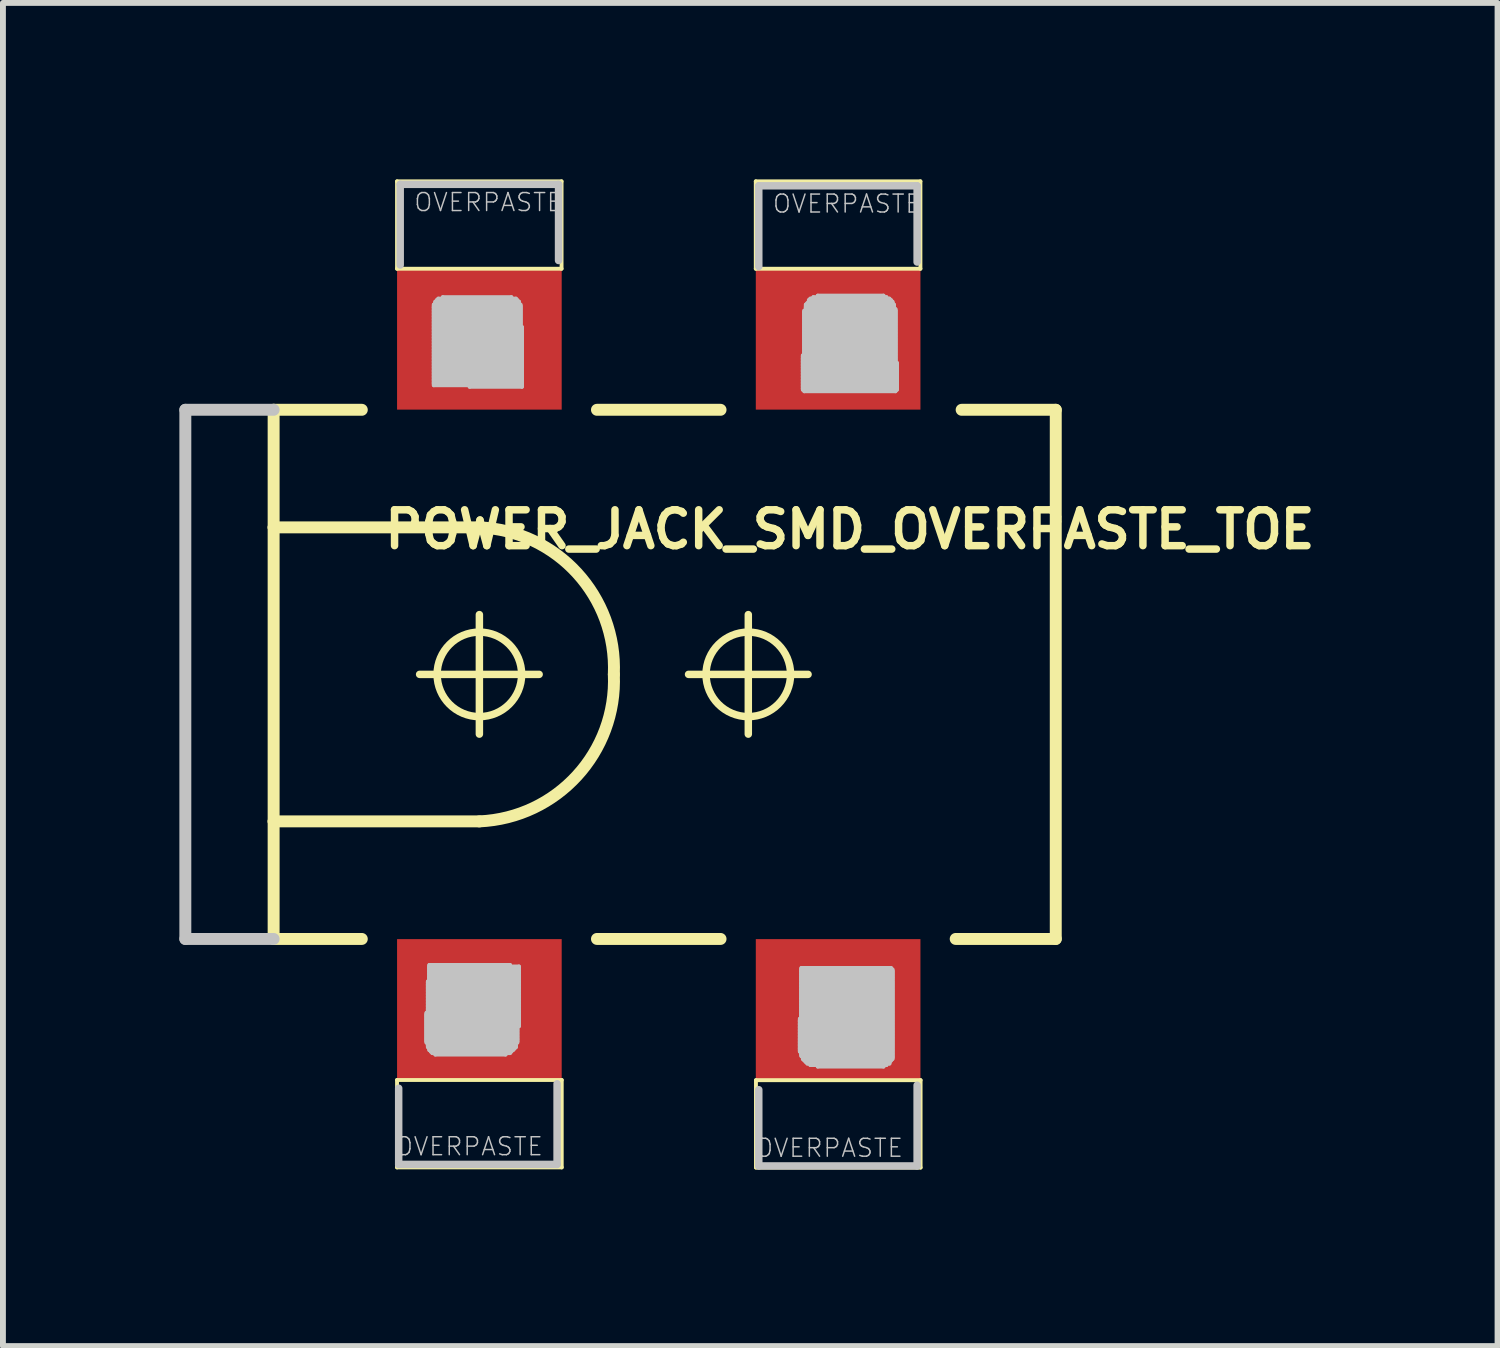
<source format=kicad_pcb>
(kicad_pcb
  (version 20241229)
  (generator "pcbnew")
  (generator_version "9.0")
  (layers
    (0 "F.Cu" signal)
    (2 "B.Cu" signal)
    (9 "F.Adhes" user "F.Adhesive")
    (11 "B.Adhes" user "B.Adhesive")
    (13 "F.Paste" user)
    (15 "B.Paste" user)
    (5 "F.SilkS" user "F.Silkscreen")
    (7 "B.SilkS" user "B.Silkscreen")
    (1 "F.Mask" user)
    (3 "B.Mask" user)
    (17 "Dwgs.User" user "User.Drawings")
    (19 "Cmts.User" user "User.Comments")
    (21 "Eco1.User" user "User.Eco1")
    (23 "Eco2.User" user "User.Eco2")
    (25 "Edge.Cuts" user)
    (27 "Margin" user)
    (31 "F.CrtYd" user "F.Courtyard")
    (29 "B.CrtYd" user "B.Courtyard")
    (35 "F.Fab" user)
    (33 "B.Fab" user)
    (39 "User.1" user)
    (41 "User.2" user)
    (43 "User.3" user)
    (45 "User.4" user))
  (footprint "POWER_JACK_SMD_OVERPASTE_TOE"
    (layer "F.Cu")
    (at 5.1 8.415)
    (property "Reference" "POWER_JACK_SMD_OVERPASTE_TOE" (at 6.299 -2.464 0) (layer "F.SilkS") (effects (font (size 0.61 0.61) (thickness 0.127))))
    (attr smd)
    (fp_line (start -3.498 -4.498) (end -3.498 -2.499) (stroke (width 0.203) (type solid)) (layer "F.SilkS"))
    (fp_line (start -3.498 -4.498) (end -1.999 -4.498) (stroke (width 0.203) (type solid)) (layer "F.SilkS"))
    (fp_line (start -3.498 -2.499) (end -3.498 2.499) (stroke (width 0.203) (type solid)) (layer "F.SilkS"))
    (fp_line (start -3.498 -2.499) (end 0 -2.499) (stroke (width 0.203) (type solid)) (layer "F.SilkS"))
    (fp_line (start -3.498 2.499) (end -3.498 4.498) (stroke (width 0.203) (type solid)) (layer "F.SilkS"))
    (fp_line (start -1.999 4.498) (end -3.498 4.498) (stroke (width 0.203) (type solid)) (layer "F.SilkS"))
    (fp_line (start -1.4 -8.382) (end 1.397 -8.382) (stroke (width 0.066) (type solid)) (layer "F.SilkS"))
    (fp_line (start -1.4 -6.896) (end -1.4 -8.382) (stroke (width 0.066) (type solid)) (layer "F.SilkS"))
    (fp_line (start -1.4 -6.896) (end 1.397 -6.896) (stroke (width 0.066) (type solid)) (layer "F.SilkS"))
    (fp_line (start -1.4 6.896) (end 1.4 6.896) (stroke (width 0.066) (type solid)) (layer "F.SilkS"))
    (fp_line (start -1.4 8.382) (end -1.4 6.896) (stroke (width 0.066) (type solid)) (layer "F.SilkS"))
    (fp_line (start -1.4 8.382) (end 1.4 8.382) (stroke (width 0.066) (type solid)) (layer "F.SilkS"))
    (fp_line (start -1.016 0) (end 1.016 0) (stroke (width 0.127) (type solid)) (layer "F.SilkS"))
    (fp_line (start 0 1.016) (end 0 -1.016) (stroke (width 0.127) (type solid)) (layer "F.SilkS"))
    (fp_line (start 0 2.499) (end -3.498 2.499) (stroke (width 0.203) (type solid)) (layer "F.SilkS"))
    (fp_line (start 1.397 -6.896) (end 1.397 -8.382) (stroke (width 0.066) (type solid)) (layer "F.SilkS"))
    (fp_line (start 1.4 8.382) (end 1.4 6.896) (stroke (width 0.066) (type solid)) (layer "F.SilkS"))
    (fp_line (start 1.999 -4.498) (end 4.1 -4.498) (stroke (width 0.203) (type solid)) (layer "F.SilkS"))
    (fp_line (start 3.556 0) (end 5.588 0) (stroke (width 0.127) (type solid)) (layer "F.SilkS"))
    (fp_line (start 4.1 4.498) (end 1.999 4.498) (stroke (width 0.203) (type solid)) (layer "F.SilkS"))
    (fp_line (start 4.572 1.016) (end 4.572 -1.016) (stroke (width 0.127) (type solid)) (layer "F.SilkS"))
    (fp_line (start 4.699 -8.382) (end 7.498 -8.382) (stroke (width 0.066) (type solid)) (layer "F.SilkS"))
    (fp_line (start 4.699 -6.896) (end 4.699 -8.382) (stroke (width 0.066) (type solid)) (layer "F.SilkS"))
    (fp_line (start 4.699 -6.896) (end 7.498 -6.896) (stroke (width 0.066) (type solid)) (layer "F.SilkS"))
    (fp_line (start 4.702 6.899) (end 7.501 6.899) (stroke (width 0.066) (type solid)) (layer "F.SilkS"))
    (fp_line (start 4.702 8.385) (end 4.702 6.899) (stroke (width 0.066) (type solid)) (layer "F.SilkS"))
    (fp_line (start 4.702 8.385) (end 7.501 8.385) (stroke (width 0.066) (type solid)) (layer "F.SilkS"))
    (fp_line (start 7.498 -6.896) (end 7.498 -8.382) (stroke (width 0.066) (type solid)) (layer "F.SilkS"))
    (fp_line (start 7.501 8.385) (end 7.501 6.899) (stroke (width 0.066) (type solid)) (layer "F.SilkS"))
    (fp_line (start 8.199 -4.498) (end 9.799 -4.498) (stroke (width 0.203) (type solid)) (layer "F.SilkS"))
    (fp_line (start 9.799 -4.498) (end 9.799 4.498) (stroke (width 0.203) (type solid)) (layer "F.SilkS"))
    (fp_line (start 9.799 4.498) (end 8.098 4.498) (stroke (width 0.203) (type solid)) (layer "F.SilkS"))
    (fp_arc (start 0 -2.49936) (mid 1.660634 -1.723126) (end 2.286 0) (stroke (width 0.2032) (type solid)) (layer "F.SilkS"))
    (fp_arc (start 2.286 0) (mid 1.660634 1.723126) (end 0 2.49936) (stroke (width 0.2032) (type solid)) (layer "F.SilkS"))
    (fp_circle (center 0 0) (end -0.508 0.508) (stroke (width 0.127) (type solid)) (fill no) (layer "F.SilkS"))
    (fp_circle (center 4.572 0) (end 5.08 0.508) (stroke (width 0.127) (type solid)) (fill no) (layer "F.SilkS"))
    (fp_line (start -4.999 -4.498) (end -4.999 4.498) (stroke (width 0.203) (type solid)) (layer "Dwgs.User"))
    (fp_line (start -4.999 -4.498) (end -3.498 -4.498) (stroke (width 0.203) (type solid)) (layer "Dwgs.User"))
    (fp_line (start -3.498 4.498) (end -4.999 4.498) (stroke (width 0.203) (type solid)) (layer "Dwgs.User"))
    (fp_line (start -1.372 7.036) (end -1.372 8.331) (stroke (width 0.127) (type solid)) (layer "Dwgs.User"))
    (fp_line (start -1.372 8.331) (end 1.321 8.331) (stroke (width 0.127) (type solid)) (layer "Dwgs.User"))
    (fp_line (start -1.346 -8.331) (end -1.346 -6.96) (stroke (width 0.127) (type solid)) (layer "Dwgs.User"))
    (fp_line (start -0.899 5.753) (end 0.673 5.753) (stroke (width 0.066) (type solid)) (layer "Dwgs.User"))
    (fp_line (start -0.899 5.779) (end -0.899 5.753) (stroke (width 0.066) (type solid)) (layer "Dwgs.User"))
    (fp_line (start -0.899 5.779) (end 0.673 5.779) (stroke (width 0.066) (type solid)) (layer "Dwgs.User"))
    (fp_line (start -0.899 5.779) (end 0.673 5.779) (stroke (width 0.066) (type solid)) (layer "Dwgs.User"))
    (fp_line (start -0.899 5.804) (end -0.899 5.779) (stroke (width 0.066) (type solid)) (layer "Dwgs.User"))
    (fp_line (start -0.899 5.804) (end 0.673 5.804) (stroke (width 0.066) (type solid)) (layer "Dwgs.User"))
    (fp_line (start -0.899 5.804) (end 0.673 5.804) (stroke (width 0.066) (type solid)) (layer "Dwgs.User"))
    (fp_line (start -0.899 5.829) (end -0.899 5.804) (stroke (width 0.066) (type solid)) (layer "Dwgs.User"))
    (fp_line (start -0.899 5.829) (end 0.673 5.829) (stroke (width 0.066) (type solid)) (layer "Dwgs.User"))
    (fp_line (start -0.899 5.829) (end 0.673 5.829) (stroke (width 0.066) (type solid)) (layer "Dwgs.User"))
    (fp_line (start -0.899 5.855) (end -0.899 5.829) (stroke (width 0.066) (type solid)) (layer "Dwgs.User"))
    (fp_line (start -0.899 5.855) (end 0.673 5.855) (stroke (width 0.066) (type solid)) (layer "Dwgs.User"))
    (fp_line (start -0.899 5.855) (end 0.673 5.855) (stroke (width 0.066) (type solid)) (layer "Dwgs.User"))
    (fp_line (start -0.899 5.88) (end -0.899 5.855) (stroke (width 0.066) (type solid)) (layer "Dwgs.User"))
    (fp_line (start -0.899 5.88) (end 0.673 5.88) (stroke (width 0.066) (type solid)) (layer "Dwgs.User"))
    (fp_line (start -0.899 5.88) (end 0.673 5.88) (stroke (width 0.066) (type solid)) (layer "Dwgs.User"))
    (fp_line (start -0.899 5.905) (end -0.899 5.88) (stroke (width 0.066) (type solid)) (layer "Dwgs.User"))
    (fp_line (start -0.899 5.905) (end 0.673 5.905) (stroke (width 0.066) (type solid)) (layer "Dwgs.User"))
    (fp_line (start -0.899 5.905) (end 0.673 5.905) (stroke (width 0.066) (type solid)) (layer "Dwgs.User"))
    (fp_line (start -0.899 5.931) (end -0.899 5.905) (stroke (width 0.066) (type solid)) (layer "Dwgs.User"))
    (fp_line (start -0.899 5.931) (end 0.673 5.931) (stroke (width 0.066) (type solid)) (layer "Dwgs.User"))
    (fp_line (start -0.899 5.931) (end 0.673 5.931) (stroke (width 0.066) (type solid)) (layer "Dwgs.User"))
    (fp_line (start -0.899 5.956) (end -0.899 5.931) (stroke (width 0.066) (type solid)) (layer "Dwgs.User"))
    (fp_line (start -0.899 5.956) (end 0.673 5.956) (stroke (width 0.066) (type solid)) (layer "Dwgs.User"))
    (fp_line (start -0.899 5.956) (end 0.673 5.956) (stroke (width 0.066) (type solid)) (layer "Dwgs.User"))
    (fp_line (start -0.899 5.982) (end -0.899 5.956) (stroke (width 0.066) (type solid)) (layer "Dwgs.User"))
    (fp_line (start -0.899 5.982) (end 0.645 5.982) (stroke (width 0.066) (type solid)) (layer "Dwgs.User"))
    (fp_line (start -0.899 5.982) (end 0.673 5.982) (stroke (width 0.066) (type solid)) (layer "Dwgs.User"))
    (fp_line (start -0.899 6.007) (end -0.899 5.982) (stroke (width 0.066) (type solid)) (layer "Dwgs.User"))
    (fp_line (start -0.899 6.007) (end 0.645 6.007) (stroke (width 0.066) (type solid)) (layer "Dwgs.User"))
    (fp_line (start -0.899 6.007) (end 0.645 6.007) (stroke (width 0.066) (type solid)) (layer "Dwgs.User"))
    (fp_line (start -0.899 6.032) (end -0.899 6.007) (stroke (width 0.066) (type solid)) (layer "Dwgs.User"))
    (fp_line (start -0.899 6.032) (end 0.645 6.032) (stroke (width 0.066) (type solid)) (layer "Dwgs.User"))
    (fp_line (start -0.899 6.032) (end 0.645 6.032) (stroke (width 0.066) (type solid)) (layer "Dwgs.User"))
    (fp_line (start -0.899 6.058) (end -0.899 6.032) (stroke (width 0.066) (type solid)) (layer "Dwgs.User"))
    (fp_line (start -0.899 6.058) (end 0.645 6.058) (stroke (width 0.066) (type solid)) (layer "Dwgs.User"))
    (fp_line (start -0.899 6.058) (end 0.645 6.058) (stroke (width 0.066) (type solid)) (layer "Dwgs.User"))
    (fp_line (start -0.899 6.083) (end -0.899 6.058) (stroke (width 0.066) (type solid)) (layer "Dwgs.User"))
    (fp_line (start -0.899 6.083) (end 0.645 6.083) (stroke (width 0.066) (type solid)) (layer "Dwgs.User"))
    (fp_line (start -0.899 6.083) (end 0.645 6.083) (stroke (width 0.066) (type solid)) (layer "Dwgs.User"))
    (fp_line (start -0.899 6.109) (end -0.899 6.083) (stroke (width 0.066) (type solid)) (layer "Dwgs.User"))
    (fp_line (start -0.899 6.109) (end 0.645 6.109) (stroke (width 0.066) (type solid)) (layer "Dwgs.User"))
    (fp_line (start -0.899 6.109) (end 0.645 6.109) (stroke (width 0.066) (type solid)) (layer "Dwgs.User"))
    (fp_line (start -0.899 6.134) (end -0.899 6.109) (stroke (width 0.066) (type solid)) (layer "Dwgs.User"))
    (fp_line (start -0.899 6.134) (end 0.645 6.134) (stroke (width 0.066) (type solid)) (layer "Dwgs.User"))
    (fp_line (start -0.899 6.134) (end 0.645 6.134) (stroke (width 0.066) (type solid)) (layer "Dwgs.User"))
    (fp_line (start -0.899 6.16) (end -0.899 6.134) (stroke (width 0.066) (type solid)) (layer "Dwgs.User"))
    (fp_line (start -0.899 6.16) (end 0.645 6.16) (stroke (width 0.066) (type solid)) (layer "Dwgs.User"))
    (fp_line (start -0.899 6.16) (end 0.645 6.16) (stroke (width 0.066) (type solid)) (layer "Dwgs.User"))
    (fp_line (start -0.899 6.185) (end -0.899 6.16) (stroke (width 0.066) (type solid)) (layer "Dwgs.User"))
    (fp_line (start -0.899 6.185) (end 0.645 6.185) (stroke (width 0.066) (type solid)) (layer "Dwgs.User"))
    (fp_line (start -0.899 6.185) (end 0.645 6.185) (stroke (width 0.066) (type solid)) (layer "Dwgs.User"))
    (fp_line (start -0.899 6.21) (end -0.899 6.185) (stroke (width 0.066) (type solid)) (layer "Dwgs.User"))
    (fp_line (start -0.899 6.21) (end 0.645 6.21) (stroke (width 0.066) (type solid)) (layer "Dwgs.User"))
    (fp_line (start -0.899 6.21) (end 0.645 6.21) (stroke (width 0.066) (type solid)) (layer "Dwgs.User"))
    (fp_line (start -0.899 6.236) (end -0.899 6.21) (stroke (width 0.066) (type solid)) (layer "Dwgs.User"))
    (fp_line (start -0.899 6.236) (end 0.645 6.236) (stroke (width 0.066) (type solid)) (layer "Dwgs.User"))
    (fp_line (start -0.899 6.236) (end 0.645 6.236) (stroke (width 0.066) (type solid)) (layer "Dwgs.User"))
    (fp_line (start -0.899 6.261) (end -0.899 6.236) (stroke (width 0.066) (type solid)) (layer "Dwgs.User"))
    (fp_line (start -0.899 6.261) (end 0.645 6.261) (stroke (width 0.066) (type solid)) (layer "Dwgs.User"))
    (fp_line (start -0.876 5.22) (end 0.673 5.22) (stroke (width 0.066) (type solid)) (layer "Dwgs.User"))
    (fp_line (start -0.876 5.245) (end -0.876 5.22) (stroke (width 0.066) (type solid)) (layer "Dwgs.User"))
    (fp_line (start -0.876 5.245) (end 0.673 5.245) (stroke (width 0.066) (type solid)) (layer "Dwgs.User"))
    (fp_line (start -0.876 5.245) (end 0.673 5.245) (stroke (width 0.066) (type solid)) (layer "Dwgs.User"))
    (fp_line (start -0.876 5.271) (end -0.876 5.245) (stroke (width 0.066) (type solid)) (layer "Dwgs.User"))
    (fp_line (start -0.876 5.271) (end 0.673 5.271) (stroke (width 0.066) (type solid)) (layer "Dwgs.User"))
    (fp_line (start -0.876 5.271) (end 0.673 5.271) (stroke (width 0.066) (type solid)) (layer "Dwgs.User"))
    (fp_line (start -0.876 5.296) (end -0.876 5.271) (stroke (width 0.066) (type solid)) (layer "Dwgs.User"))
    (fp_line (start -0.876 5.296) (end 0.673 5.296) (stroke (width 0.066) (type solid)) (layer "Dwgs.User"))
    (fp_line (start -0.876 5.296) (end 0.673 5.296) (stroke (width 0.066) (type solid)) (layer "Dwgs.User"))
    (fp_line (start -0.876 5.321) (end -0.876 5.296) (stroke (width 0.066) (type solid)) (layer "Dwgs.User"))
    (fp_line (start -0.876 5.321) (end 0.673 5.321) (stroke (width 0.066) (type solid)) (layer "Dwgs.User"))
    (fp_line (start -0.876 5.321) (end 0.673 5.321) (stroke (width 0.066) (type solid)) (layer "Dwgs.User"))
    (fp_line (start -0.876 5.347) (end -0.876 5.321) (stroke (width 0.066) (type solid)) (layer "Dwgs.User"))
    (fp_line (start -0.876 5.347) (end 0.673 5.347) (stroke (width 0.066) (type solid)) (layer "Dwgs.User"))
    (fp_line (start -0.876 5.347) (end 0.673 5.347) (stroke (width 0.066) (type solid)) (layer "Dwgs.User"))
    (fp_line (start -0.876 5.372) (end -0.876 5.347) (stroke (width 0.066) (type solid)) (layer "Dwgs.User"))
    (fp_line (start -0.876 5.372) (end 0.673 5.372) (stroke (width 0.066) (type solid)) (layer "Dwgs.User"))
    (fp_line (start -0.876 5.372) (end 0.673 5.372) (stroke (width 0.066) (type solid)) (layer "Dwgs.User"))
    (fp_line (start -0.876 5.397) (end -0.876 5.372) (stroke (width 0.066) (type solid)) (layer "Dwgs.User"))
    (fp_line (start -0.876 5.397) (end 0.673 5.397) (stroke (width 0.066) (type solid)) (layer "Dwgs.User"))
    (fp_line (start -0.876 5.397) (end 0.673 5.397) (stroke (width 0.066) (type solid)) (layer "Dwgs.User"))
    (fp_line (start -0.876 5.423) (end -0.876 5.397) (stroke (width 0.066) (type solid)) (layer "Dwgs.User"))
    (fp_line (start -0.876 5.423) (end 0.673 5.423) (stroke (width 0.066) (type solid)) (layer "Dwgs.User"))
    (fp_line (start -0.876 5.423) (end 0.673 5.423) (stroke (width 0.066) (type solid)) (layer "Dwgs.User"))
    (fp_line (start -0.876 5.448) (end -0.876 5.423) (stroke (width 0.066) (type solid)) (layer "Dwgs.User"))
    (fp_line (start -0.876 5.448) (end 0.673 5.448) (stroke (width 0.066) (type solid)) (layer "Dwgs.User"))
    (fp_line (start -0.876 5.448) (end 0.673 5.448) (stroke (width 0.066) (type solid)) (layer "Dwgs.User"))
    (fp_line (start -0.876 5.474) (end -0.876 5.448) (stroke (width 0.066) (type solid)) (layer "Dwgs.User"))
    (fp_line (start -0.876 5.474) (end 0.673 5.474) (stroke (width 0.066) (type solid)) (layer "Dwgs.User"))
    (fp_line (start -0.876 5.474) (end 0.673 5.474) (stroke (width 0.066) (type solid)) (layer "Dwgs.User"))
    (fp_line (start -0.876 5.499) (end -0.876 5.474) (stroke (width 0.066) (type solid)) (layer "Dwgs.User"))
    (fp_line (start -0.876 5.499) (end 0.673 5.499) (stroke (width 0.066) (type solid)) (layer "Dwgs.User"))
    (fp_line (start -0.876 5.499) (end 0.673 5.499) (stroke (width 0.066) (type solid)) (layer "Dwgs.User"))
    (fp_line (start -0.876 5.524) (end -0.876 5.499) (stroke (width 0.066) (type solid)) (layer "Dwgs.User"))
    (fp_line (start -0.876 5.524) (end 0.673 5.524) (stroke (width 0.066) (type solid)) (layer "Dwgs.User"))
    (fp_line (start -0.876 5.524) (end 0.673 5.524) (stroke (width 0.066) (type solid)) (layer "Dwgs.User"))
    (fp_line (start -0.876 5.55) (end -0.876 5.524) (stroke (width 0.066) (type solid)) (layer "Dwgs.User"))
    (fp_line (start -0.876 5.55) (end 0.673 5.55) (stroke (width 0.066) (type solid)) (layer "Dwgs.User"))
    (fp_line (start -0.876 5.55) (end 0.673 5.55) (stroke (width 0.066) (type solid)) (layer "Dwgs.User"))
    (fp_line (start -0.876 5.575) (end -0.876 5.55) (stroke (width 0.066) (type solid)) (layer "Dwgs.User"))
    (fp_line (start -0.876 5.575) (end 0.673 5.575) (stroke (width 0.066) (type solid)) (layer "Dwgs.User"))
    (fp_line (start -0.876 5.575) (end 0.673 5.575) (stroke (width 0.066) (type solid)) (layer "Dwgs.User"))
    (fp_line (start -0.876 5.601) (end -0.876 5.575) (stroke (width 0.066) (type solid)) (layer "Dwgs.User"))
    (fp_line (start -0.876 5.601) (end 0.673 5.601) (stroke (width 0.066) (type solid)) (layer "Dwgs.User"))
    (fp_line (start -0.876 5.601) (end 0.673 5.601) (stroke (width 0.066) (type solid)) (layer "Dwgs.User"))
    (fp_line (start -0.876 5.626) (end -0.876 5.601) (stroke (width 0.066) (type solid)) (layer "Dwgs.User"))
    (fp_line (start -0.876 5.626) (end 0.673 5.626) (stroke (width 0.066) (type solid)) (layer "Dwgs.User"))
    (fp_line (start -0.876 5.626) (end 0.673 5.626) (stroke (width 0.066) (type solid)) (layer "Dwgs.User"))
    (fp_line (start -0.876 5.652) (end -0.876 5.626) (stroke (width 0.066) (type solid)) (layer "Dwgs.User"))
    (fp_line (start -0.876 5.652) (end 0.673 5.652) (stroke (width 0.066) (type solid)) (layer "Dwgs.User"))
    (fp_line (start -0.876 5.652) (end 0.673 5.652) (stroke (width 0.066) (type solid)) (layer "Dwgs.User"))
    (fp_line (start -0.876 5.677) (end -0.876 5.652) (stroke (width 0.066) (type solid)) (layer "Dwgs.User"))
    (fp_line (start -0.876 5.677) (end 0.673 5.677) (stroke (width 0.066) (type solid)) (layer "Dwgs.User"))
    (fp_line (start -0.876 5.677) (end 0.673 5.677) (stroke (width 0.066) (type solid)) (layer "Dwgs.User"))
    (fp_line (start -0.876 5.702) (end -0.876 5.677) (stroke (width 0.066) (type solid)) (layer "Dwgs.User"))
    (fp_line (start -0.876 5.702) (end 0.673 5.702) (stroke (width 0.066) (type solid)) (layer "Dwgs.User"))
    (fp_line (start -0.876 5.702) (end 0.673 5.702) (stroke (width 0.066) (type solid)) (layer "Dwgs.User"))
    (fp_line (start -0.876 5.728) (end -0.876 5.702) (stroke (width 0.066) (type solid)) (layer "Dwgs.User"))
    (fp_line (start -0.876 5.728) (end 0.673 5.728) (stroke (width 0.066) (type solid)) (layer "Dwgs.User"))
    (fp_line (start -0.876 5.728) (end 0.673 5.728) (stroke (width 0.066) (type solid)) (layer "Dwgs.User"))
    (fp_line (start -0.876 5.753) (end -0.876 5.728) (stroke (width 0.066) (type solid)) (layer "Dwgs.User"))
    (fp_line (start -0.876 5.753) (end 0.673 5.753) (stroke (width 0.066) (type solid)) (layer "Dwgs.User"))
    (fp_line (start -0.876 6.261) (end 0.622 6.261) (stroke (width 0.066) (type solid)) (layer "Dwgs.User"))
    (fp_line (start -0.876 6.287) (end -0.876 6.261) (stroke (width 0.066) (type solid)) (layer "Dwgs.User"))
    (fp_line (start -0.876 6.287) (end 0.622 6.287) (stroke (width 0.066) (type solid)) (layer "Dwgs.User"))
    (fp_line (start -0.876 6.287) (end 0.622 6.287) (stroke (width 0.066) (type solid)) (layer "Dwgs.User"))
    (fp_line (start -0.876 6.312) (end -0.876 6.287) (stroke (width 0.066) (type solid)) (layer "Dwgs.User"))
    (fp_line (start -0.876 6.312) (end 0.622 6.312) (stroke (width 0.066) (type solid)) (layer "Dwgs.User"))
    (fp_line (start -0.876 6.312) (end 0.622 6.312) (stroke (width 0.066) (type solid)) (layer "Dwgs.User"))
    (fp_line (start -0.876 6.337) (end -0.876 6.312) (stroke (width 0.066) (type solid)) (layer "Dwgs.User"))
    (fp_line (start -0.876 6.337) (end 0.622 6.337) (stroke (width 0.066) (type solid)) (layer "Dwgs.User"))
    (fp_line (start -0.851 4.94) (end 0.521 4.94) (stroke (width 0.066) (type solid)) (layer "Dwgs.User"))
    (fp_line (start -0.851 4.966) (end -0.851 4.94) (stroke (width 0.066) (type solid)) (layer "Dwgs.User"))
    (fp_line (start -0.851 4.966) (end 0.521 4.966) (stroke (width 0.066) (type solid)) (layer "Dwgs.User"))
    (fp_line (start -0.851 4.966) (end 0.673 4.966) (stroke (width 0.066) (type solid)) (layer "Dwgs.User"))
    (fp_line (start -0.851 4.991) (end -0.851 4.966) (stroke (width 0.066) (type solid)) (layer "Dwgs.User"))
    (fp_line (start -0.851 4.991) (end 0.673 4.991) (stroke (width 0.066) (type solid)) (layer "Dwgs.User"))
    (fp_line (start -0.851 4.991) (end 0.673 4.991) (stroke (width 0.066) (type solid)) (layer "Dwgs.User"))
    (fp_line (start -0.851 5.016) (end -0.851 4.991) (stroke (width 0.066) (type solid)) (layer "Dwgs.User"))
    (fp_line (start -0.851 5.016) (end 0.673 5.016) (stroke (width 0.066) (type solid)) (layer "Dwgs.User"))
    (fp_line (start -0.851 5.016) (end 0.673 5.016) (stroke (width 0.066) (type solid)) (layer "Dwgs.User"))
    (fp_line (start -0.851 5.042) (end -0.851 5.016) (stroke (width 0.066) (type solid)) (layer "Dwgs.User"))
    (fp_line (start -0.851 5.042) (end 0.673 5.042) (stroke (width 0.066) (type solid)) (layer "Dwgs.User"))
    (fp_line (start -0.851 5.042) (end 0.673 5.042) (stroke (width 0.066) (type solid)) (layer "Dwgs.User"))
    (fp_line (start -0.851 5.067) (end -0.851 5.042) (stroke (width 0.066) (type solid)) (layer "Dwgs.User"))
    (fp_line (start -0.851 5.067) (end 0.673 5.067) (stroke (width 0.066) (type solid)) (layer "Dwgs.User"))
    (fp_line (start -0.851 5.067) (end 0.673 5.067) (stroke (width 0.066) (type solid)) (layer "Dwgs.User"))
    (fp_line (start -0.851 5.093) (end -0.851 5.067) (stroke (width 0.066) (type solid)) (layer "Dwgs.User"))
    (fp_line (start -0.851 5.093) (end 0.673 5.093) (stroke (width 0.066) (type solid)) (layer "Dwgs.User"))
    (fp_line (start -0.851 5.093) (end 0.673 5.093) (stroke (width 0.066) (type solid)) (layer "Dwgs.User"))
    (fp_line (start -0.851 5.118) (end -0.851 5.093) (stroke (width 0.066) (type solid)) (layer "Dwgs.User"))
    (fp_line (start -0.851 5.118) (end 0.673 5.118) (stroke (width 0.066) (type solid)) (layer "Dwgs.User"))
    (fp_line (start -0.851 5.118) (end 0.673 5.118) (stroke (width 0.066) (type solid)) (layer "Dwgs.User"))
    (fp_line (start -0.851 5.144) (end -0.851 5.118) (stroke (width 0.066) (type solid)) (layer "Dwgs.User"))
    (fp_line (start -0.851 5.144) (end 0.673 5.144) (stroke (width 0.066) (type solid)) (layer "Dwgs.User"))
    (fp_line (start -0.851 5.144) (end 0.673 5.144) (stroke (width 0.066) (type solid)) (layer "Dwgs.User"))
    (fp_line (start -0.851 5.166) (end -0.851 5.144) (stroke (width 0.066) (type solid)) (layer "Dwgs.User"))
    (fp_line (start -0.851 5.166) (end 0.673 5.166) (stroke (width 0.066) (type solid)) (layer "Dwgs.User"))
    (fp_line (start -0.851 5.166) (end 0.673 5.166) (stroke (width 0.066) (type solid)) (layer "Dwgs.User"))
    (fp_line (start -0.851 5.192) (end -0.851 5.166) (stroke (width 0.066) (type solid)) (layer "Dwgs.User"))
    (fp_line (start -0.851 5.192) (end 0.673 5.192) (stroke (width 0.066) (type solid)) (layer "Dwgs.User"))
    (fp_line (start -0.851 5.192) (end 0.673 5.192) (stroke (width 0.066) (type solid)) (layer "Dwgs.User"))
    (fp_line (start -0.851 5.22) (end -0.851 5.192) (stroke (width 0.066) (type solid)) (layer "Dwgs.User"))
    (fp_line (start -0.851 5.22) (end 0.673 5.22) (stroke (width 0.066) (type solid)) (layer "Dwgs.User"))
    (fp_line (start -0.851 6.337) (end 0.597 6.337) (stroke (width 0.066) (type solid)) (layer "Dwgs.User"))
    (fp_line (start -0.851 6.363) (end -0.851 6.337) (stroke (width 0.066) (type solid)) (layer "Dwgs.User"))
    (fp_line (start -0.851 6.363) (end 0.572 6.363) (stroke (width 0.066) (type solid)) (layer "Dwgs.User"))
    (fp_line (start -0.851 6.363) (end 0.597 6.363) (stroke (width 0.066) (type solid)) (layer "Dwgs.User"))
    (fp_line (start -0.851 6.388) (end -0.851 6.363) (stroke (width 0.066) (type solid)) (layer "Dwgs.User"))
    (fp_line (start -0.851 6.388) (end 0.572 6.388) (stroke (width 0.066) (type solid)) (layer "Dwgs.User"))
    (fp_line (start -0.826 6.388) (end 0.544 6.388) (stroke (width 0.066) (type solid)) (layer "Dwgs.User"))
    (fp_line (start -0.826 6.413) (end -0.826 6.388) (stroke (width 0.066) (type solid)) (layer "Dwgs.User"))
    (fp_line (start -0.826 6.413) (end 0.544 6.413) (stroke (width 0.066) (type solid)) (layer "Dwgs.User"))
    (fp_line (start -0.8 6.413) (end 0.521 6.413) (stroke (width 0.066) (type solid)) (layer "Dwgs.User"))
    (fp_line (start -0.8 6.439) (end -0.8 6.413) (stroke (width 0.066) (type solid)) (layer "Dwgs.User"))
    (fp_line (start -0.8 6.439) (end 0.521 6.439) (stroke (width 0.066) (type solid)) (layer "Dwgs.User"))
    (fp_line (start -0.775 -6.287) (end 0.699 -6.287) (stroke (width 0.066) (type solid)) (layer "Dwgs.User"))
    (fp_line (start -0.775 -6.261) (end -0.775 -6.287) (stroke (width 0.066) (type solid)) (layer "Dwgs.User"))
    (fp_line (start -0.775 -6.261) (end 0.699 -6.261) (stroke (width 0.066) (type solid)) (layer "Dwgs.User"))
    (fp_line (start -0.775 -6.261) (end 0.699 -6.261) (stroke (width 0.066) (type solid)) (layer "Dwgs.User"))
    (fp_line (start -0.775 -6.236) (end -0.775 -6.261) (stroke (width 0.066) (type solid)) (layer "Dwgs.User"))
    (fp_line (start -0.775 -6.236) (end 0.699 -6.236) (stroke (width 0.066) (type solid)) (layer "Dwgs.User"))
    (fp_line (start -0.775 -6.236) (end 0.699 -6.236) (stroke (width 0.066) (type solid)) (layer "Dwgs.User"))
    (fp_line (start -0.775 -6.21) (end -0.775 -6.236) (stroke (width 0.066) (type solid)) (layer "Dwgs.User"))
    (fp_line (start -0.775 -6.21) (end 0.699 -6.21) (stroke (width 0.066) (type solid)) (layer "Dwgs.User"))
    (fp_line (start -0.775 -6.21) (end 0.699 -6.21) (stroke (width 0.066) (type solid)) (layer "Dwgs.User"))
    (fp_line (start -0.775 -6.185) (end -0.775 -6.21) (stroke (width 0.066) (type solid)) (layer "Dwgs.User"))
    (fp_line (start -0.775 -6.185) (end 0.699 -6.185) (stroke (width 0.066) (type solid)) (layer "Dwgs.User"))
    (fp_line (start -0.775 -6.185) (end 0.699 -6.185) (stroke (width 0.066) (type solid)) (layer "Dwgs.User"))
    (fp_line (start -0.775 -6.16) (end -0.775 -6.185) (stroke (width 0.066) (type solid)) (layer "Dwgs.User"))
    (fp_line (start -0.775 -6.16) (end 0.699 -6.16) (stroke (width 0.066) (type solid)) (layer "Dwgs.User"))
    (fp_line (start -0.775 -6.16) (end 0.699 -6.16) (stroke (width 0.066) (type solid)) (layer "Dwgs.User"))
    (fp_line (start -0.775 -6.134) (end -0.775 -6.16) (stroke (width 0.066) (type solid)) (layer "Dwgs.User"))
    (fp_line (start -0.775 -6.134) (end 0.699 -6.134) (stroke (width 0.066) (type solid)) (layer "Dwgs.User"))
    (fp_line (start -0.775 -6.134) (end 0.699 -6.134) (stroke (width 0.066) (type solid)) (layer "Dwgs.User"))
    (fp_line (start -0.775 -6.109) (end -0.775 -6.134) (stroke (width 0.066) (type solid)) (layer "Dwgs.User"))
    (fp_line (start -0.775 -6.109) (end 0.699 -6.109) (stroke (width 0.066) (type solid)) (layer "Dwgs.User"))
    (fp_line (start -0.775 -6.109) (end 0.699 -6.109) (stroke (width 0.066) (type solid)) (layer "Dwgs.User"))
    (fp_line (start -0.775 -6.083) (end -0.775 -6.109) (stroke (width 0.066) (type solid)) (layer "Dwgs.User"))
    (fp_line (start -0.775 -6.083) (end 0.699 -6.083) (stroke (width 0.066) (type solid)) (layer "Dwgs.User"))
    (fp_line (start -0.775 -6.083) (end 0.699 -6.083) (stroke (width 0.066) (type solid)) (layer "Dwgs.User"))
    (fp_line (start -0.775 -6.058) (end -0.775 -6.083) (stroke (width 0.066) (type solid)) (layer "Dwgs.User"))
    (fp_line (start -0.775 -6.058) (end 0.699 -6.058) (stroke (width 0.066) (type solid)) (layer "Dwgs.User"))
    (fp_line (start -0.775 -6.058) (end 0.699 -6.058) (stroke (width 0.066) (type solid)) (layer "Dwgs.User"))
    (fp_line (start -0.775 -6.032) (end -0.775 -6.058) (stroke (width 0.066) (type solid)) (layer "Dwgs.User"))
    (fp_line (start -0.775 -6.032) (end 0.699 -6.032) (stroke (width 0.066) (type solid)) (layer "Dwgs.User"))
    (fp_line (start -0.775 -6.032) (end 0.699 -6.032) (stroke (width 0.066) (type solid)) (layer "Dwgs.User"))
    (fp_line (start -0.775 -6.007) (end -0.775 -6.032) (stroke (width 0.066) (type solid)) (layer "Dwgs.User"))
    (fp_line (start -0.775 -6.007) (end 0.699 -6.007) (stroke (width 0.066) (type solid)) (layer "Dwgs.User"))
    (fp_line (start -0.775 -6.007) (end 0.699 -6.007) (stroke (width 0.066) (type solid)) (layer "Dwgs.User"))
    (fp_line (start -0.775 -5.982) (end -0.775 -6.007) (stroke (width 0.066) (type solid)) (layer "Dwgs.User"))
    (fp_line (start -0.775 -5.982) (end 0.699 -5.982) (stroke (width 0.066) (type solid)) (layer "Dwgs.User"))
    (fp_line (start -0.775 -5.982) (end 0.699 -5.982) (stroke (width 0.066) (type solid)) (layer "Dwgs.User"))
    (fp_line (start -0.775 -5.956) (end -0.775 -5.982) (stroke (width 0.066) (type solid)) (layer "Dwgs.User"))
    (fp_line (start -0.775 -5.956) (end 0.699 -5.956) (stroke (width 0.066) (type solid)) (layer "Dwgs.User"))
    (fp_line (start -0.775 -5.956) (end 0.699 -5.956) (stroke (width 0.066) (type solid)) (layer "Dwgs.User"))
    (fp_line (start -0.775 -5.931) (end -0.775 -5.956) (stroke (width 0.066) (type solid)) (layer "Dwgs.User"))
    (fp_line (start -0.775 -5.931) (end 0.699 -5.931) (stroke (width 0.066) (type solid)) (layer "Dwgs.User"))
    (fp_line (start -0.775 -5.931) (end 0.699 -5.931) (stroke (width 0.066) (type solid)) (layer "Dwgs.User"))
    (fp_line (start -0.775 -5.905) (end -0.775 -5.931) (stroke (width 0.066) (type solid)) (layer "Dwgs.User"))
    (fp_line (start -0.775 -5.905) (end 0.699 -5.905) (stroke (width 0.066) (type solid)) (layer "Dwgs.User"))
    (fp_line (start -0.775 -5.905) (end 0.724 -5.905) (stroke (width 0.066) (type solid)) (layer "Dwgs.User"))
    (fp_line (start -0.775 -5.88) (end -0.775 -5.905) (stroke (width 0.066) (type solid)) (layer "Dwgs.User"))
    (fp_line (start -0.775 -5.88) (end 0.724 -5.88) (stroke (width 0.066) (type solid)) (layer "Dwgs.User"))
    (fp_line (start -0.775 -5.88) (end 0.724 -5.88) (stroke (width 0.066) (type solid)) (layer "Dwgs.User"))
    (fp_line (start -0.775 -5.855) (end -0.775 -5.88) (stroke (width 0.066) (type solid)) (layer "Dwgs.User"))
    (fp_line (start -0.775 -5.855) (end 0.724 -5.855) (stroke (width 0.066) (type solid)) (layer "Dwgs.User"))
    (fp_line (start -0.775 -5.855) (end 0.724 -5.855) (stroke (width 0.066) (type solid)) (layer "Dwgs.User"))
    (fp_line (start -0.775 -5.829) (end -0.775 -5.855) (stroke (width 0.066) (type solid)) (layer "Dwgs.User"))
    (fp_line (start -0.775 -5.829) (end 0.724 -5.829) (stroke (width 0.066) (type solid)) (layer "Dwgs.User"))
    (fp_line (start -0.775 -5.829) (end 0.724 -5.829) (stroke (width 0.066) (type solid)) (layer "Dwgs.User"))
    (fp_line (start -0.775 -5.804) (end -0.775 -5.829) (stroke (width 0.066) (type solid)) (layer "Dwgs.User"))
    (fp_line (start -0.775 -5.804) (end 0.724 -5.804) (stroke (width 0.066) (type solid)) (layer "Dwgs.User"))
    (fp_line (start -0.775 -5.804) (end 0.724 -5.804) (stroke (width 0.066) (type solid)) (layer "Dwgs.User"))
    (fp_line (start -0.775 -5.779) (end -0.775 -5.804) (stroke (width 0.066) (type solid)) (layer "Dwgs.User"))
    (fp_line (start -0.775 -5.779) (end 0.724 -5.779) (stroke (width 0.066) (type solid)) (layer "Dwgs.User"))
    (fp_line (start -0.775 -5.779) (end 0.724 -5.779) (stroke (width 0.066) (type solid)) (layer "Dwgs.User"))
    (fp_line (start -0.775 -5.753) (end -0.775 -5.779) (stroke (width 0.066) (type solid)) (layer "Dwgs.User"))
    (fp_line (start -0.775 -5.753) (end 0.724 -5.753) (stroke (width 0.066) (type solid)) (layer "Dwgs.User"))
    (fp_line (start -0.775 -5.753) (end 0.724 -5.753) (stroke (width 0.066) (type solid)) (layer "Dwgs.User"))
    (fp_line (start -0.775 -5.728) (end -0.775 -5.753) (stroke (width 0.066) (type solid)) (layer "Dwgs.User"))
    (fp_line (start -0.775 -5.728) (end 0.724 -5.728) (stroke (width 0.066) (type solid)) (layer "Dwgs.User"))
    (fp_line (start -0.775 -5.728) (end 0.724 -5.728) (stroke (width 0.066) (type solid)) (layer "Dwgs.User"))
    (fp_line (start -0.775 -5.702) (end -0.775 -5.728) (stroke (width 0.066) (type solid)) (layer "Dwgs.User"))
    (fp_line (start -0.775 -5.702) (end 0.724 -5.702) (stroke (width 0.066) (type solid)) (layer "Dwgs.User"))
    (fp_line (start -0.775 -5.702) (end 0.724 -5.702) (stroke (width 0.066) (type solid)) (layer "Dwgs.User"))
    (fp_line (start -0.775 -5.677) (end -0.775 -5.702) (stroke (width 0.066) (type solid)) (layer "Dwgs.User"))
    (fp_line (start -0.775 -5.677) (end 0.724 -5.677) (stroke (width 0.066) (type solid)) (layer "Dwgs.User"))
    (fp_line (start -0.775 -5.677) (end 0.724 -5.677) (stroke (width 0.066) (type solid)) (layer "Dwgs.User"))
    (fp_line (start -0.775 -5.652) (end -0.775 -5.677) (stroke (width 0.066) (type solid)) (layer "Dwgs.User"))
    (fp_line (start -0.775 -5.652) (end 0.724 -5.652) (stroke (width 0.066) (type solid)) (layer "Dwgs.User"))
    (fp_line (start -0.775 -5.652) (end 0.724 -5.652) (stroke (width 0.066) (type solid)) (layer "Dwgs.User"))
    (fp_line (start -0.775 -5.626) (end -0.775 -5.652) (stroke (width 0.066) (type solid)) (layer "Dwgs.User"))
    (fp_line (start -0.775 -5.626) (end 0.724 -5.626) (stroke (width 0.066) (type solid)) (layer "Dwgs.User"))
    (fp_line (start -0.775 -5.626) (end 0.724 -5.626) (stroke (width 0.066) (type solid)) (layer "Dwgs.User"))
    (fp_line (start -0.775 -5.601) (end -0.775 -5.626) (stroke (width 0.066) (type solid)) (layer "Dwgs.User"))
    (fp_line (start -0.775 -5.601) (end 0.724 -5.601) (stroke (width 0.066) (type solid)) (layer "Dwgs.User"))
    (fp_line (start -0.775 -5.601) (end 0.724 -5.601) (stroke (width 0.066) (type solid)) (layer "Dwgs.User"))
    (fp_line (start -0.775 -5.575) (end -0.775 -5.601) (stroke (width 0.066) (type solid)) (layer "Dwgs.User"))
    (fp_line (start -0.775 -5.575) (end 0.724 -5.575) (stroke (width 0.066) (type solid)) (layer "Dwgs.User"))
    (fp_line (start -0.775 -5.575) (end 0.724 -5.575) (stroke (width 0.066) (type solid)) (layer "Dwgs.User"))
    (fp_line (start -0.775 -5.55) (end -0.775 -5.575) (stroke (width 0.066) (type solid)) (layer "Dwgs.User"))
    (fp_line (start -0.775 -5.55) (end 0.724 -5.55) (stroke (width 0.066) (type solid)) (layer "Dwgs.User"))
    (fp_line (start -0.775 -5.55) (end 0.724 -5.55) (stroke (width 0.066) (type solid)) (layer "Dwgs.User"))
    (fp_line (start -0.775 -5.524) (end -0.775 -5.55) (stroke (width 0.066) (type solid)) (layer "Dwgs.User"))
    (fp_line (start -0.775 -5.524) (end 0.724 -5.524) (stroke (width 0.066) (type solid)) (layer "Dwgs.User"))
    (fp_line (start -0.775 -5.524) (end 0.724 -5.524) (stroke (width 0.066) (type solid)) (layer "Dwgs.User"))
    (fp_line (start -0.775 -5.499) (end -0.775 -5.524) (stroke (width 0.066) (type solid)) (layer "Dwgs.User"))
    (fp_line (start -0.775 -5.499) (end 0.724 -5.499) (stroke (width 0.066) (type solid)) (layer "Dwgs.User"))
    (fp_line (start -0.775 -5.499) (end 0.724 -5.499) (stroke (width 0.066) (type solid)) (layer "Dwgs.User"))
    (fp_line (start -0.775 -5.474) (end -0.775 -5.499) (stroke (width 0.066) (type solid)) (layer "Dwgs.User"))
    (fp_line (start -0.775 -5.474) (end 0.724 -5.474) (stroke (width 0.066) (type solid)) (layer "Dwgs.User"))
    (fp_line (start -0.775 -5.474) (end 0.724 -5.474) (stroke (width 0.066) (type solid)) (layer "Dwgs.User"))
    (fp_line (start -0.775 -5.448) (end -0.775 -5.474) (stroke (width 0.066) (type solid)) (layer "Dwgs.User"))
    (fp_line (start -0.775 -5.448) (end 0.724 -5.448) (stroke (width 0.066) (type solid)) (layer "Dwgs.User"))
    (fp_line (start -0.775 -5.448) (end 0.724 -5.448) (stroke (width 0.066) (type solid)) (layer "Dwgs.User"))
    (fp_line (start -0.775 -5.423) (end -0.775 -5.448) (stroke (width 0.066) (type solid)) (layer "Dwgs.User"))
    (fp_line (start -0.775 -5.423) (end 0.724 -5.423) (stroke (width 0.066) (type solid)) (layer "Dwgs.User"))
    (fp_line (start -0.775 -5.423) (end 0.724 -5.423) (stroke (width 0.066) (type solid)) (layer "Dwgs.User"))
    (fp_line (start -0.775 -5.397) (end -0.775 -5.423) (stroke (width 0.066) (type solid)) (layer "Dwgs.User"))
    (fp_line (start -0.775 -5.397) (end 0.724 -5.397) (stroke (width 0.066) (type solid)) (layer "Dwgs.User"))
    (fp_line (start -0.775 -5.397) (end 0.724 -5.397) (stroke (width 0.066) (type solid)) (layer "Dwgs.User"))
    (fp_line (start -0.775 -5.372) (end -0.775 -5.397) (stroke (width 0.066) (type solid)) (layer "Dwgs.User"))
    (fp_line (start -0.775 -5.372) (end 0.724 -5.372) (stroke (width 0.066) (type solid)) (layer "Dwgs.User"))
    (fp_line (start -0.775 -5.372) (end 0.724 -5.372) (stroke (width 0.066) (type solid)) (layer "Dwgs.User"))
    (fp_line (start -0.775 -5.347) (end -0.775 -5.372) (stroke (width 0.066) (type solid)) (layer "Dwgs.User"))
    (fp_line (start -0.775 -5.347) (end 0.724 -5.347) (stroke (width 0.066) (type solid)) (layer "Dwgs.User"))
    (fp_line (start -0.775 -5.347) (end 0.724 -5.347) (stroke (width 0.066) (type solid)) (layer "Dwgs.User"))
    (fp_line (start -0.775 -5.321) (end -0.775 -5.347) (stroke (width 0.066) (type solid)) (layer "Dwgs.User"))
    (fp_line (start -0.775 -5.321) (end 0.724 -5.321) (stroke (width 0.066) (type solid)) (layer "Dwgs.User"))
    (fp_line (start -0.775 -5.321) (end 0.724 -5.321) (stroke (width 0.066) (type solid)) (layer "Dwgs.User"))
    (fp_line (start -0.775 -5.296) (end -0.775 -5.321) (stroke (width 0.066) (type solid)) (layer "Dwgs.User"))
    (fp_line (start -0.775 -5.296) (end 0.724 -5.296) (stroke (width 0.066) (type solid)) (layer "Dwgs.User"))
    (fp_line (start -0.775 -5.296) (end 0.724 -5.296) (stroke (width 0.066) (type solid)) (layer "Dwgs.User"))
    (fp_line (start -0.775 -5.271) (end -0.775 -5.296) (stroke (width 0.066) (type solid)) (layer "Dwgs.User"))
    (fp_line (start -0.775 -5.271) (end 0.724 -5.271) (stroke (width 0.066) (type solid)) (layer "Dwgs.User"))
    (fp_line (start -0.775 -5.271) (end 0.724 -5.271) (stroke (width 0.066) (type solid)) (layer "Dwgs.User"))
    (fp_line (start -0.775 -5.245) (end -0.775 -5.271) (stroke (width 0.066) (type solid)) (layer "Dwgs.User"))
    (fp_line (start -0.775 -5.245) (end 0.724 -5.245) (stroke (width 0.066) (type solid)) (layer "Dwgs.User"))
    (fp_line (start -0.775 -5.245) (end 0.724 -5.245) (stroke (width 0.066) (type solid)) (layer "Dwgs.User"))
    (fp_line (start -0.775 -5.22) (end -0.775 -5.245) (stroke (width 0.066) (type solid)) (layer "Dwgs.User"))
    (fp_line (start -0.775 -5.22) (end 0.724 -5.22) (stroke (width 0.066) (type solid)) (layer "Dwgs.User"))
    (fp_line (start -0.775 -5.22) (end 0.724 -5.22) (stroke (width 0.066) (type solid)) (layer "Dwgs.User"))
    (fp_line (start -0.775 -5.192) (end -0.775 -5.22) (stroke (width 0.066) (type solid)) (layer "Dwgs.User"))
    (fp_line (start -0.775 -5.192) (end 0.724 -5.192) (stroke (width 0.066) (type solid)) (layer "Dwgs.User"))
    (fp_line (start -0.775 -5.192) (end 0.724 -5.192) (stroke (width 0.066) (type solid)) (layer "Dwgs.User"))
    (fp_line (start -0.775 -5.166) (end -0.775 -5.192) (stroke (width 0.066) (type solid)) (layer "Dwgs.User"))
    (fp_line (start -0.775 -5.166) (end 0.724 -5.166) (stroke (width 0.066) (type solid)) (layer "Dwgs.User"))
    (fp_line (start -0.775 -5.166) (end 0.724 -5.166) (stroke (width 0.066) (type solid)) (layer "Dwgs.User"))
    (fp_line (start -0.775 -5.144) (end -0.775 -5.166) (stroke (width 0.066) (type solid)) (layer "Dwgs.User"))
    (fp_line (start -0.775 -5.144) (end 0.724 -5.144) (stroke (width 0.066) (type solid)) (layer "Dwgs.User"))
    (fp_line (start -0.775 -5.144) (end 0.724 -5.144) (stroke (width 0.066) (type solid)) (layer "Dwgs.User"))
    (fp_line (start -0.775 -5.118) (end -0.775 -5.144) (stroke (width 0.066) (type solid)) (layer "Dwgs.User"))
    (fp_line (start -0.775 -5.118) (end 0.724 -5.118) (stroke (width 0.066) (type solid)) (layer "Dwgs.User"))
    (fp_line (start -0.775 -5.118) (end 0.724 -5.118) (stroke (width 0.066) (type solid)) (layer "Dwgs.User"))
    (fp_line (start -0.775 -5.093) (end -0.775 -5.118) (stroke (width 0.066) (type solid)) (layer "Dwgs.User"))
    (fp_line (start -0.775 -5.093) (end 0.724 -5.093) (stroke (width 0.066) (type solid)) (layer "Dwgs.User"))
    (fp_line (start -0.775 -5.093) (end 0.724 -5.093) (stroke (width 0.066) (type solid)) (layer "Dwgs.User"))
    (fp_line (start -0.775 -5.067) (end -0.775 -5.093) (stroke (width 0.066) (type solid)) (layer "Dwgs.User"))
    (fp_line (start -0.775 -5.067) (end 0.724 -5.067) (stroke (width 0.066) (type solid)) (layer "Dwgs.User"))
    (fp_line (start -0.775 -5.067) (end 0.724 -5.067) (stroke (width 0.066) (type solid)) (layer "Dwgs.User"))
    (fp_line (start -0.775 -5.042) (end -0.775 -5.067) (stroke (width 0.066) (type solid)) (layer "Dwgs.User"))
    (fp_line (start -0.775 -5.042) (end 0.724 -5.042) (stroke (width 0.066) (type solid)) (layer "Dwgs.User"))
    (fp_line (start -0.775 -5.042) (end 0.724 -5.042) (stroke (width 0.066) (type solid)) (layer "Dwgs.User"))
    (fp_line (start -0.775 -5.016) (end -0.775 -5.042) (stroke (width 0.066) (type solid)) (layer "Dwgs.User"))
    (fp_line (start -0.775 -5.016) (end 0.724 -5.016) (stroke (width 0.066) (type solid)) (layer "Dwgs.User"))
    (fp_line (start -0.775 -5.016) (end 0.724 -5.016) (stroke (width 0.066) (type solid)) (layer "Dwgs.User"))
    (fp_line (start -0.775 -4.991) (end -0.775 -5.016) (stroke (width 0.066) (type solid)) (layer "Dwgs.User"))
    (fp_line (start -0.775 -4.991) (end 0.724 -4.991) (stroke (width 0.066) (type solid)) (layer "Dwgs.User"))
    (fp_line (start -0.775 -4.991) (end 0.724 -4.991) (stroke (width 0.066) (type solid)) (layer "Dwgs.User"))
    (fp_line (start -0.775 -4.966) (end -0.775 -4.991) (stroke (width 0.066) (type solid)) (layer "Dwgs.User"))
    (fp_line (start -0.775 -4.966) (end 0.724 -4.966) (stroke (width 0.066) (type solid)) (layer "Dwgs.User"))
    (fp_line (start -0.775 -4.966) (end 0.724 -4.966) (stroke (width 0.066) (type solid)) (layer "Dwgs.User"))
    (fp_line (start -0.775 -4.94) (end -0.775 -4.966) (stroke (width 0.066) (type solid)) (layer "Dwgs.User"))
    (fp_line (start -0.775 -4.94) (end 0.724 -4.94) (stroke (width 0.066) (type solid)) (layer "Dwgs.User"))
    (fp_line (start -0.775 -4.94) (end 0.724 -4.94) (stroke (width 0.066) (type solid)) (layer "Dwgs.User"))
    (fp_line (start -0.775 -4.915) (end -0.775 -4.94) (stroke (width 0.066) (type solid)) (layer "Dwgs.User"))
    (fp_line (start -0.775 -4.915) (end 0.724 -4.915) (stroke (width 0.066) (type solid)) (layer "Dwgs.User"))
    (fp_line (start -0.749 -6.337) (end 0.673 -6.337) (stroke (width 0.066) (type solid)) (layer "Dwgs.User"))
    (fp_line (start -0.749 -6.312) (end -0.749 -6.337) (stroke (width 0.066) (type solid)) (layer "Dwgs.User"))
    (fp_line (start -0.749 -6.312) (end 0.673 -6.312) (stroke (width 0.066) (type solid)) (layer "Dwgs.User"))
    (fp_line (start -0.749 -6.312) (end 0.673 -6.312) (stroke (width 0.066) (type solid)) (layer "Dwgs.User"))
    (fp_line (start -0.749 -6.287) (end -0.749 -6.312) (stroke (width 0.066) (type solid)) (layer "Dwgs.User"))
    (fp_line (start -0.749 -6.287) (end 0.673 -6.287) (stroke (width 0.066) (type solid)) (layer "Dwgs.User"))
    (fp_line (start -0.749 6.439) (end 0.445 6.439) (stroke (width 0.066) (type solid)) (layer "Dwgs.User"))
    (fp_line (start -0.749 6.464) (end -0.749 6.439) (stroke (width 0.066) (type solid)) (layer "Dwgs.User"))
    (fp_line (start -0.749 6.464) (end 0.445 6.464) (stroke (width 0.066) (type solid)) (layer "Dwgs.User"))
    (fp_line (start -0.724 -6.363) (end 0.645 -6.363) (stroke (width 0.066) (type solid)) (layer "Dwgs.User"))
    (fp_line (start -0.724 -6.337) (end -0.724 -6.363) (stroke (width 0.066) (type solid)) (layer "Dwgs.User"))
    (fp_line (start -0.724 -6.337) (end 0.645 -6.337) (stroke (width 0.066) (type solid)) (layer "Dwgs.User"))
    (fp_line (start -0.699 -6.388) (end 0.622 -6.388) (stroke (width 0.066) (type solid)) (layer "Dwgs.User"))
    (fp_line (start -0.699 -6.363) (end -0.699 -6.388) (stroke (width 0.066) (type solid)) (layer "Dwgs.User"))
    (fp_line (start -0.699 -6.363) (end 0.622 -6.363) (stroke (width 0.066) (type solid)) (layer "Dwgs.User"))
    (fp_line (start -0.622 -6.413) (end 0.544 -6.413) (stroke (width 0.066) (type solid)) (layer "Dwgs.User"))
    (fp_line (start -0.622 -6.388) (end -0.622 -6.413) (stroke (width 0.066) (type solid)) (layer "Dwgs.User"))
    (fp_line (start -0.622 -6.388) (end 0.544 -6.388) (stroke (width 0.066) (type solid)) (layer "Dwgs.User"))
    (fp_line (start -0.165 -4.915) (end 0.724 -4.915) (stroke (width 0.066) (type solid)) (layer "Dwgs.User"))
    (fp_line (start -0.165 -4.889) (end -0.165 -4.915) (stroke (width 0.066) (type solid)) (layer "Dwgs.User"))
    (fp_line (start -0.165 -4.889) (end 0.724 -4.889) (stroke (width 0.066) (type solid)) (layer "Dwgs.User"))
    (fp_line (start 0.445 6.464) (end 0.445 6.439) (stroke (width 0.066) (type solid)) (layer "Dwgs.User"))
    (fp_line (start 0.521 4.966) (end 0.521 4.94) (stroke (width 0.066) (type solid)) (layer "Dwgs.User"))
    (fp_line (start 0.521 6.439) (end 0.521 6.413) (stroke (width 0.066) (type solid)) (layer "Dwgs.User"))
    (fp_line (start 0.544 -6.388) (end 0.544 -6.413) (stroke (width 0.066) (type solid)) (layer "Dwgs.User"))
    (fp_line (start 0.544 6.413) (end 0.544 6.388) (stroke (width 0.066) (type solid)) (layer "Dwgs.User"))
    (fp_line (start 0.572 6.388) (end 0.572 6.363) (stroke (width 0.066) (type solid)) (layer "Dwgs.User"))
    (fp_line (start 0.597 6.363) (end 0.597 6.337) (stroke (width 0.066) (type solid)) (layer "Dwgs.User"))
    (fp_line (start 0.622 -6.363) (end 0.622 -6.388) (stroke (width 0.066) (type solid)) (layer "Dwgs.User"))
    (fp_line (start 0.622 6.287) (end 0.622 6.261) (stroke (width 0.066) (type solid)) (layer "Dwgs.User"))
    (fp_line (start 0.622 6.312) (end 0.622 6.287) (stroke (width 0.066) (type solid)) (layer "Dwgs.User"))
    (fp_line (start 0.622 6.337) (end 0.622 6.312) (stroke (width 0.066) (type solid)) (layer "Dwgs.User"))
    (fp_line (start 0.645 -6.337) (end 0.645 -6.363) (stroke (width 0.066) (type solid)) (layer "Dwgs.User"))
    (fp_line (start 0.645 6.007) (end 0.645 5.982) (stroke (width 0.066) (type solid)) (layer "Dwgs.User"))
    (fp_line (start 0.645 6.032) (end 0.645 6.007) (stroke (width 0.066) (type solid)) (layer "Dwgs.User"))
    (fp_line (start 0.645 6.058) (end 0.645 6.032) (stroke (width 0.066) (type solid)) (layer "Dwgs.User"))
    (fp_line (start 0.645 6.083) (end 0.645 6.058) (stroke (width 0.066) (type solid)) (layer "Dwgs.User"))
    (fp_line (start 0.645 6.109) (end 0.645 6.083) (stroke (width 0.066) (type solid)) (layer "Dwgs.User"))
    (fp_line (start 0.645 6.134) (end 0.645 6.109) (stroke (width 0.066) (type solid)) (layer "Dwgs.User"))
    (fp_line (start 0.645 6.16) (end 0.645 6.134) (stroke (width 0.066) (type solid)) (layer "Dwgs.User"))
    (fp_line (start 0.645 6.185) (end 0.645 6.16) (stroke (width 0.066) (type solid)) (layer "Dwgs.User"))
    (fp_line (start 0.645 6.21) (end 0.645 6.185) (stroke (width 0.066) (type solid)) (layer "Dwgs.User"))
    (fp_line (start 0.645 6.236) (end 0.645 6.21) (stroke (width 0.066) (type solid)) (layer "Dwgs.User"))
    (fp_line (start 0.645 6.261) (end 0.645 6.236) (stroke (width 0.066) (type solid)) (layer "Dwgs.User"))
    (fp_line (start 0.673 -6.312) (end 0.673 -6.337) (stroke (width 0.066) (type solid)) (layer "Dwgs.User"))
    (fp_line (start 0.673 -6.287) (end 0.673 -6.312) (stroke (width 0.066) (type solid)) (layer "Dwgs.User"))
    (fp_line (start 0.673 4.991) (end 0.673 4.966) (stroke (width 0.066) (type solid)) (layer "Dwgs.User"))
    (fp_line (start 0.673 5.016) (end 0.673 4.991) (stroke (width 0.066) (type solid)) (layer "Dwgs.User"))
    (fp_line (start 0.673 5.042) (end 0.673 5.016) (stroke (width 0.066) (type solid)) (layer "Dwgs.User"))
    (fp_line (start 0.673 5.067) (end 0.673 5.042) (stroke (width 0.066) (type solid)) (layer "Dwgs.User"))
    (fp_line (start 0.673 5.093) (end 0.673 5.067) (stroke (width 0.066) (type solid)) (layer "Dwgs.User"))
    (fp_line (start 0.673 5.118) (end 0.673 5.093) (stroke (width 0.066) (type solid)) (layer "Dwgs.User"))
    (fp_line (start 0.673 5.144) (end 0.673 5.118) (stroke (width 0.066) (type solid)) (layer "Dwgs.User"))
    (fp_line (start 0.673 5.166) (end 0.673 5.144) (stroke (width 0.066) (type solid)) (layer "Dwgs.User"))
    (fp_line (start 0.673 5.192) (end 0.673 5.166) (stroke (width 0.066) (type solid)) (layer "Dwgs.User"))
    (fp_line (start 0.673 5.22) (end 0.673 5.192) (stroke (width 0.066) (type solid)) (layer "Dwgs.User"))
    (fp_line (start 0.673 5.245) (end 0.673 5.22) (stroke (width 0.066) (type solid)) (layer "Dwgs.User"))
    (fp_line (start 0.673 5.271) (end 0.673 5.245) (stroke (width 0.066) (type solid)) (layer "Dwgs.User"))
    (fp_line (start 0.673 5.296) (end 0.673 5.271) (stroke (width 0.066) (type solid)) (layer "Dwgs.User"))
    (fp_line (start 0.673 5.321) (end 0.673 5.296) (stroke (width 0.066) (type solid)) (layer "Dwgs.User"))
    (fp_line (start 0.673 5.347) (end 0.673 5.321) (stroke (width 0.066) (type solid)) (layer "Dwgs.User"))
    (fp_line (start 0.673 5.372) (end 0.673 5.347) (stroke (width 0.066) (type solid)) (layer "Dwgs.User"))
    (fp_line (start 0.673 5.397) (end 0.673 5.372) (stroke (width 0.066) (type solid)) (layer "Dwgs.User"))
    (fp_line (start 0.673 5.423) (end 0.673 5.397) (stroke (width 0.066) (type solid)) (layer "Dwgs.User"))
    (fp_line (start 0.673 5.448) (end 0.673 5.423) (stroke (width 0.066) (type solid)) (layer "Dwgs.User"))
    (fp_line (start 0.673 5.474) (end 0.673 5.448) (stroke (width 0.066) (type solid)) (layer "Dwgs.User"))
    (fp_line (start 0.673 5.499) (end 0.673 5.474) (stroke (width 0.066) (type solid)) (layer "Dwgs.User"))
    (fp_line (start 0.673 5.524) (end 0.673 5.499) (stroke (width 0.066) (type solid)) (layer "Dwgs.User"))
    (fp_line (start 0.673 5.55) (end 0.673 5.524) (stroke (width 0.066) (type solid)) (layer "Dwgs.User"))
    (fp_line (start 0.673 5.575) (end 0.673 5.55) (stroke (width 0.066) (type solid)) (layer "Dwgs.User"))
    (fp_line (start 0.673 5.601) (end 0.673 5.575) (stroke (width 0.066) (type solid)) (layer "Dwgs.User"))
    (fp_line (start 0.673 5.626) (end 0.673 5.601) (stroke (width 0.066) (type solid)) (layer "Dwgs.User"))
    (fp_line (start 0.673 5.652) (end 0.673 5.626) (stroke (width 0.066) (type solid)) (layer "Dwgs.User"))
    (fp_line (start 0.673 5.677) (end 0.673 5.652) (stroke (width 0.066) (type solid)) (layer "Dwgs.User"))
    (fp_line (start 0.673 5.702) (end 0.673 5.677) (stroke (width 0.066) (type solid)) (layer "Dwgs.User"))
    (fp_line (start 0.673 5.728) (end 0.673 5.702) (stroke (width 0.066) (type solid)) (layer "Dwgs.User"))
    (fp_line (start 0.673 5.753) (end 0.673 5.728) (stroke (width 0.066) (type solid)) (layer "Dwgs.User"))
    (fp_line (start 0.673 5.779) (end 0.673 5.753) (stroke (width 0.066) (type solid)) (layer "Dwgs.User"))
    (fp_line (start 0.673 5.804) (end 0.673 5.779) (stroke (width 0.066) (type solid)) (layer "Dwgs.User"))
    (fp_line (start 0.673 5.829) (end 0.673 5.804) (stroke (width 0.066) (type solid)) (layer "Dwgs.User"))
    (fp_line (start 0.673 5.855) (end 0.673 5.829) (stroke (width 0.066) (type solid)) (layer "Dwgs.User"))
    (fp_line (start 0.673 5.88) (end 0.673 5.855) (stroke (width 0.066) (type solid)) (layer "Dwgs.User"))
    (fp_line (start 0.673 5.905) (end 0.673 5.88) (stroke (width 0.066) (type solid)) (layer "Dwgs.User"))
    (fp_line (start 0.673 5.931) (end 0.673 5.905) (stroke (width 0.066) (type solid)) (layer "Dwgs.User"))
    (fp_line (start 0.673 5.956) (end 0.673 5.931) (stroke (width 0.066) (type solid)) (layer "Dwgs.User"))
    (fp_line (start 0.673 5.982) (end 0.673 5.956) (stroke (width 0.066) (type solid)) (layer "Dwgs.User"))
    (fp_line (start 0.699 -6.261) (end 0.699 -6.287) (stroke (width 0.066) (type solid)) (layer "Dwgs.User"))
    (fp_line (start 0.699 -6.236) (end 0.699 -6.261) (stroke (width 0.066) (type solid)) (layer "Dwgs.User"))
    (fp_line (start 0.699 -6.21) (end 0.699 -6.236) (stroke (width 0.066) (type solid)) (layer "Dwgs.User"))
    (fp_line (start 0.699 -6.185) (end 0.699 -6.21) (stroke (width 0.066) (type solid)) (layer "Dwgs.User"))
    (fp_line (start 0.699 -6.16) (end 0.699 -6.185) (stroke (width 0.066) (type solid)) (layer "Dwgs.User"))
    (fp_line (start 0.699 -6.134) (end 0.699 -6.16) (stroke (width 0.066) (type solid)) (layer "Dwgs.User"))
    (fp_line (start 0.699 -6.109) (end 0.699 -6.134) (stroke (width 0.066) (type solid)) (layer "Dwgs.User"))
    (fp_line (start 0.699 -6.083) (end 0.699 -6.109) (stroke (width 0.066) (type solid)) (layer "Dwgs.User"))
    (fp_line (start 0.699 -6.058) (end 0.699 -6.083) (stroke (width 0.066) (type solid)) (layer "Dwgs.User"))
    (fp_line (start 0.699 -6.032) (end 0.699 -6.058) (stroke (width 0.066) (type solid)) (layer "Dwgs.User"))
    (fp_line (start 0.699 -6.007) (end 0.699 -6.032) (stroke (width 0.066) (type solid)) (layer "Dwgs.User"))
    (fp_line (start 0.699 -5.982) (end 0.699 -6.007) (stroke (width 0.066) (type solid)) (layer "Dwgs.User"))
    (fp_line (start 0.699 -5.956) (end 0.699 -5.982) (stroke (width 0.066) (type solid)) (layer "Dwgs.User"))
    (fp_line (start 0.699 -5.931) (end 0.699 -5.956) (stroke (width 0.066) (type solid)) (layer "Dwgs.User"))
    (fp_line (start 0.699 -5.905) (end 0.699 -5.931) (stroke (width 0.066) (type solid)) (layer "Dwgs.User"))
    (fp_line (start 0.724 -5.88) (end 0.724 -5.905) (stroke (width 0.066) (type solid)) (layer "Dwgs.User"))
    (fp_line (start 0.724 -5.855) (end 0.724 -5.88) (stroke (width 0.066) (type solid)) (layer "Dwgs.User"))
    (fp_line (start 0.724 -5.829) (end 0.724 -5.855) (stroke (width 0.066) (type solid)) (layer "Dwgs.User"))
    (fp_line (start 0.724 -5.804) (end 0.724 -5.829) (stroke (width 0.066) (type solid)) (layer "Dwgs.User"))
    (fp_line (start 0.724 -5.779) (end 0.724 -5.804) (stroke (width 0.066) (type solid)) (layer "Dwgs.User"))
    (fp_line (start 0.724 -5.753) (end 0.724 -5.779) (stroke (width 0.066) (type solid)) (layer "Dwgs.User"))
    (fp_line (start 0.724 -5.728) (end 0.724 -5.753) (stroke (width 0.066) (type solid)) (layer "Dwgs.User"))
    (fp_line (start 0.724 -5.702) (end 0.724 -5.728) (stroke (width 0.066) (type solid)) (layer "Dwgs.User"))
    (fp_line (start 0.724 -5.677) (end 0.724 -5.702) (stroke (width 0.066) (type solid)) (layer "Dwgs.User"))
    (fp_line (start 0.724 -5.652) (end 0.724 -5.677) (stroke (width 0.066) (type solid)) (layer "Dwgs.User"))
    (fp_line (start 0.724 -5.626) (end 0.724 -5.652) (stroke (width 0.066) (type solid)) (layer "Dwgs.User"))
    (fp_line (start 0.724 -5.601) (end 0.724 -5.626) (stroke (width 0.066) (type solid)) (layer "Dwgs.User"))
    (fp_line (start 0.724 -5.575) (end 0.724 -5.601) (stroke (width 0.066) (type solid)) (layer "Dwgs.User"))
    (fp_line (start 0.724 -5.55) (end 0.724 -5.575) (stroke (width 0.066) (type solid)) (layer "Dwgs.User"))
    (fp_line (start 0.724 -5.524) (end 0.724 -5.55) (stroke (width 0.066) (type solid)) (layer "Dwgs.User"))
    (fp_line (start 0.724 -5.499) (end 0.724 -5.524) (stroke (width 0.066) (type solid)) (layer "Dwgs.User"))
    (fp_line (start 0.724 -5.474) (end 0.724 -5.499) (stroke (width 0.066) (type solid)) (layer "Dwgs.User"))
    (fp_line (start 0.724 -5.448) (end 0.724 -5.474) (stroke (width 0.066) (type solid)) (layer "Dwgs.User"))
    (fp_line (start 0.724 -5.423) (end 0.724 -5.448) (stroke (width 0.066) (type solid)) (layer "Dwgs.User"))
    (fp_line (start 0.724 -5.397) (end 0.724 -5.423) (stroke (width 0.066) (type solid)) (layer "Dwgs.User"))
    (fp_line (start 0.724 -5.372) (end 0.724 -5.397) (stroke (width 0.066) (type solid)) (layer "Dwgs.User"))
    (fp_line (start 0.724 -5.347) (end 0.724 -5.372) (stroke (width 0.066) (type solid)) (layer "Dwgs.User"))
    (fp_line (start 0.724 -5.321) (end 0.724 -5.347) (stroke (width 0.066) (type solid)) (layer "Dwgs.User"))
    (fp_line (start 0.724 -5.296) (end 0.724 -5.321) (stroke (width 0.066) (type solid)) (layer "Dwgs.User"))
    (fp_line (start 0.724 -5.271) (end 0.724 -5.296) (stroke (width 0.066) (type solid)) (layer "Dwgs.User"))
    (fp_line (start 0.724 -5.245) (end 0.724 -5.271) (stroke (width 0.066) (type solid)) (layer "Dwgs.User"))
    (fp_line (start 0.724 -5.22) (end 0.724 -5.245) (stroke (width 0.066) (type solid)) (layer "Dwgs.User"))
    (fp_line (start 0.724 -5.192) (end 0.724 -5.22) (stroke (width 0.066) (type solid)) (layer "Dwgs.User"))
    (fp_line (start 0.724 -5.166) (end 0.724 -5.192) (stroke (width 0.066) (type solid)) (layer "Dwgs.User"))
    (fp_line (start 0.724 -5.144) (end 0.724 -5.166) (stroke (width 0.066) (type solid)) (layer "Dwgs.User"))
    (fp_line (start 0.724 -5.118) (end 0.724 -5.144) (stroke (width 0.066) (type solid)) (layer "Dwgs.User"))
    (fp_line (start 0.724 -5.093) (end 0.724 -5.118) (stroke (width 0.066) (type solid)) (layer "Dwgs.User"))
    (fp_line (start 0.724 -5.067) (end 0.724 -5.093) (stroke (width 0.066) (type solid)) (layer "Dwgs.User"))
    (fp_line (start 0.724 -5.042) (end 0.724 -5.067) (stroke (width 0.066) (type solid)) (layer "Dwgs.User"))
    (fp_line (start 0.724 -5.016) (end 0.724 -5.042) (stroke (width 0.066) (type solid)) (layer "Dwgs.User"))
    (fp_line (start 0.724 -4.991) (end 0.724 -5.016) (stroke (width 0.066) (type solid)) (layer "Dwgs.User"))
    (fp_line (start 0.724 -4.966) (end 0.724 -4.991) (stroke (width 0.066) (type solid)) (layer "Dwgs.User"))
    (fp_line (start 0.724 -4.94) (end 0.724 -4.966) (stroke (width 0.066) (type solid)) (layer "Dwgs.User"))
    (fp_line (start 0.724 -4.915) (end 0.724 -4.94) (stroke (width 0.066) (type solid)) (layer "Dwgs.User"))
    (fp_line (start 0.724 -4.889) (end 0.724 -4.915) (stroke (width 0.066) (type solid)) (layer "Dwgs.User"))
    (fp_line (start 1.321 8.331) (end 1.321 6.96) (stroke (width 0.127) (type solid)) (layer "Dwgs.User"))
    (fp_line (start 1.346 -8.331) (end -1.346 -8.331) (stroke (width 0.127) (type solid)) (layer "Dwgs.User"))
    (fp_line (start 1.346 -7.036) (end 1.346 -8.331) (stroke (width 0.127) (type solid)) (layer "Dwgs.User"))
    (fp_line (start 4.75 -8.306) (end 4.75 -6.934) (stroke (width 0.127) (type solid)) (layer "Dwgs.User"))
    (fp_line (start 4.75 7.061) (end 4.75 8.357) (stroke (width 0.127) (type solid)) (layer "Dwgs.User"))
    (fp_line (start 4.75 8.357) (end 7.442 8.357) (stroke (width 0.127) (type solid)) (layer "Dwgs.User"))
    (fp_line (start 5.448 5.855) (end 7.023 5.855) (stroke (width 0.066) (type solid)) (layer "Dwgs.User"))
    (fp_line (start 5.448 5.88) (end 5.448 5.855) (stroke (width 0.066) (type solid)) (layer "Dwgs.User"))
    (fp_line (start 5.448 5.88) (end 7.023 5.88) (stroke (width 0.066) (type solid)) (layer "Dwgs.User"))
    (fp_line (start 5.448 5.88) (end 7.023 5.88) (stroke (width 0.066) (type solid)) (layer "Dwgs.User"))
    (fp_line (start 5.448 5.905) (end 5.448 5.88) (stroke (width 0.066) (type solid)) (layer "Dwgs.User"))
    (fp_line (start 5.448 5.905) (end 7.023 5.905) (stroke (width 0.066) (type solid)) (layer "Dwgs.User"))
    (fp_line (start 5.448 5.905) (end 7.023 5.905) (stroke (width 0.066) (type solid)) (layer "Dwgs.User"))
    (fp_line (start 5.448 5.931) (end 5.448 5.905) (stroke (width 0.066) (type solid)) (layer "Dwgs.User"))
    (fp_line (start 5.448 5.931) (end 7.023 5.931) (stroke (width 0.066) (type solid)) (layer "Dwgs.User"))
    (fp_line (start 5.448 5.931) (end 7.023 5.931) (stroke (width 0.066) (type solid)) (layer "Dwgs.User"))
    (fp_line (start 5.448 5.956) (end 5.448 5.931) (stroke (width 0.066) (type solid)) (layer "Dwgs.User"))
    (fp_line (start 5.448 5.956) (end 7.023 5.956) (stroke (width 0.066) (type solid)) (layer "Dwgs.User"))
    (fp_line (start 5.448 5.956) (end 7.023 5.956) (stroke (width 0.066) (type solid)) (layer "Dwgs.User"))
    (fp_line (start 5.448 5.982) (end 5.448 5.956) (stroke (width 0.066) (type solid)) (layer "Dwgs.User"))
    (fp_line (start 5.448 5.982) (end 7.023 5.982) (stroke (width 0.066) (type solid)) (layer "Dwgs.User"))
    (fp_line (start 5.448 5.982) (end 7.023 5.982) (stroke (width 0.066) (type solid)) (layer "Dwgs.User"))
    (fp_line (start 5.448 6.007) (end 5.448 5.982) (stroke (width 0.066) (type solid)) (layer "Dwgs.User"))
    (fp_line (start 5.448 6.007) (end 7.023 6.007) (stroke (width 0.066) (type solid)) (layer "Dwgs.User"))
    (fp_line (start 5.448 6.007) (end 7.023 6.007) (stroke (width 0.066) (type solid)) (layer "Dwgs.User"))
    (fp_line (start 5.448 6.032) (end 5.448 6.007) (stroke (width 0.066) (type solid)) (layer "Dwgs.User"))
    (fp_line (start 5.448 6.032) (end 7.023 6.032) (stroke (width 0.066) (type solid)) (layer "Dwgs.User"))
    (fp_line (start 5.448 6.032) (end 7.023 6.032) (stroke (width 0.066) (type solid)) (layer "Dwgs.User"))
    (fp_line (start 5.448 6.058) (end 5.448 6.032) (stroke (width 0.066) (type solid)) (layer "Dwgs.User"))
    (fp_line (start 5.448 6.058) (end 7.023 6.058) (stroke (width 0.066) (type solid)) (layer "Dwgs.User"))
    (fp_line (start 5.448 6.058) (end 7.023 6.058) (stroke (width 0.066) (type solid)) (layer "Dwgs.User"))
    (fp_line (start 5.448 6.083) (end 5.448 6.058) (stroke (width 0.066) (type solid)) (layer "Dwgs.User"))
    (fp_line (start 5.448 6.083) (end 7.023 6.083) (stroke (width 0.066) (type solid)) (layer "Dwgs.User"))
    (fp_line (start 5.448 6.083) (end 7.023 6.083) (stroke (width 0.066) (type solid)) (layer "Dwgs.User"))
    (fp_line (start 5.448 6.109) (end 5.448 6.083) (stroke (width 0.066) (type solid)) (layer "Dwgs.User"))
    (fp_line (start 5.448 6.109) (end 7.023 6.109) (stroke (width 0.066) (type solid)) (layer "Dwgs.User"))
    (fp_line (start 5.448 6.109) (end 7.023 6.109) (stroke (width 0.066) (type solid)) (layer "Dwgs.User"))
    (fp_line (start 5.448 6.134) (end 5.448 6.109) (stroke (width 0.066) (type solid)) (layer "Dwgs.User"))
    (fp_line (start 5.448 6.134) (end 7.023 6.134) (stroke (width 0.066) (type solid)) (layer "Dwgs.User"))
    (fp_line (start 5.448 6.134) (end 7.023 6.134) (stroke (width 0.066) (type solid)) (layer "Dwgs.User"))
    (fp_line (start 5.448 6.16) (end 5.448 6.134) (stroke (width 0.066) (type solid)) (layer "Dwgs.User"))
    (fp_line (start 5.448 6.16) (end 7.023 6.16) (stroke (width 0.066) (type solid)) (layer "Dwgs.User"))
    (fp_line (start 5.448 6.16) (end 7.023 6.16) (stroke (width 0.066) (type solid)) (layer "Dwgs.User"))
    (fp_line (start 5.448 6.185) (end 5.448 6.16) (stroke (width 0.066) (type solid)) (layer "Dwgs.User"))
    (fp_line (start 5.448 6.185) (end 7.023 6.185) (stroke (width 0.066) (type solid)) (layer "Dwgs.User"))
    (fp_line (start 5.448 6.185) (end 7.023 6.185) (stroke (width 0.066) (type solid)) (layer "Dwgs.User"))
    (fp_line (start 5.448 6.21) (end 5.448 6.185) (stroke (width 0.066) (type solid)) (layer "Dwgs.User"))
    (fp_line (start 5.448 6.21) (end 7.023 6.21) (stroke (width 0.066) (type solid)) (layer "Dwgs.User"))
    (fp_line (start 5.448 6.21) (end 7.023 6.21) (stroke (width 0.066) (type solid)) (layer "Dwgs.User"))
    (fp_line (start 5.448 6.236) (end 5.448 6.21) (stroke (width 0.066) (type solid)) (layer "Dwgs.User"))
    (fp_line (start 5.448 6.236) (end 7.023 6.236) (stroke (width 0.066) (type solid)) (layer "Dwgs.User"))
    (fp_line (start 5.448 6.236) (end 7.023 6.236) (stroke (width 0.066) (type solid)) (layer "Dwgs.User"))
    (fp_line (start 5.448 6.261) (end 5.448 6.236) (stroke (width 0.066) (type solid)) (layer "Dwgs.User"))
    (fp_line (start 5.448 6.261) (end 7.023 6.261) (stroke (width 0.066) (type solid)) (layer "Dwgs.User"))
    (fp_line (start 5.448 6.261) (end 7.023 6.261) (stroke (width 0.066) (type solid)) (layer "Dwgs.User"))
    (fp_line (start 5.448 6.287) (end 5.448 6.261) (stroke (width 0.066) (type solid)) (layer "Dwgs.User"))
    (fp_line (start 5.448 6.287) (end 7.023 6.287) (stroke (width 0.066) (type solid)) (layer "Dwgs.User"))
    (fp_line (start 5.448 6.287) (end 7.023 6.287) (stroke (width 0.066) (type solid)) (layer "Dwgs.User"))
    (fp_line (start 5.448 6.312) (end 5.448 6.287) (stroke (width 0.066) (type solid)) (layer "Dwgs.User"))
    (fp_line (start 5.448 6.312) (end 7.023 6.312) (stroke (width 0.066) (type solid)) (layer "Dwgs.User"))
    (fp_line (start 5.448 6.312) (end 7.023 6.312) (stroke (width 0.066) (type solid)) (layer "Dwgs.User"))
    (fp_line (start 5.448 6.337) (end 5.448 6.312) (stroke (width 0.066) (type solid)) (layer "Dwgs.User"))
    (fp_line (start 5.448 6.337) (end 7.023 6.337) (stroke (width 0.066) (type solid)) (layer "Dwgs.User"))
    (fp_line (start 5.448 6.337) (end 7.023 6.337) (stroke (width 0.066) (type solid)) (layer "Dwgs.User"))
    (fp_line (start 5.448 6.363) (end 5.448 6.337) (stroke (width 0.066) (type solid)) (layer "Dwgs.User"))
    (fp_line (start 5.448 6.363) (end 7.023 6.363) (stroke (width 0.066) (type solid)) (layer "Dwgs.User"))
    (fp_line (start 5.448 6.363) (end 7.023 6.363) (stroke (width 0.066) (type solid)) (layer "Dwgs.User"))
    (fp_line (start 5.448 6.388) (end 5.448 6.363) (stroke (width 0.066) (type solid)) (layer "Dwgs.User"))
    (fp_line (start 5.448 6.388) (end 7.023 6.388) (stroke (width 0.066) (type solid)) (layer "Dwgs.User"))
    (fp_line (start 5.448 6.388) (end 7.023 6.388) (stroke (width 0.066) (type solid)) (layer "Dwgs.User"))
    (fp_line (start 5.448 6.413) (end 5.448 6.388) (stroke (width 0.066) (type solid)) (layer "Dwgs.User"))
    (fp_line (start 5.448 6.413) (end 7.023 6.413) (stroke (width 0.066) (type solid)) (layer "Dwgs.User"))
    (fp_line (start 5.474 4.991) (end 6.998 4.991) (stroke (width 0.066) (type solid)) (layer "Dwgs.User"))
    (fp_line (start 5.474 5.016) (end 5.474 4.991) (stroke (width 0.066) (type solid)) (layer "Dwgs.User"))
    (fp_line (start 5.474 5.016) (end 6.998 5.016) (stroke (width 0.066) (type solid)) (layer "Dwgs.User"))
    (fp_line (start 5.474 5.016) (end 7.023 5.016) (stroke (width 0.066) (type solid)) (layer "Dwgs.User"))
    (fp_line (start 5.474 5.042) (end 5.474 5.016) (stroke (width 0.066) (type solid)) (layer "Dwgs.User"))
    (fp_line (start 5.474 5.042) (end 7.023 5.042) (stroke (width 0.066) (type solid)) (layer "Dwgs.User"))
    (fp_line (start 5.474 5.042) (end 7.023 5.042) (stroke (width 0.066) (type solid)) (layer "Dwgs.User"))
    (fp_line (start 5.474 5.067) (end 5.474 5.042) (stroke (width 0.066) (type solid)) (layer "Dwgs.User"))
    (fp_line (start 5.474 5.067) (end 7.023 5.067) (stroke (width 0.066) (type solid)) (layer "Dwgs.User"))
    (fp_line (start 5.474 5.067) (end 7.023 5.067) (stroke (width 0.066) (type solid)) (layer "Dwgs.User"))
    (fp_line (start 5.474 5.093) (end 5.474 5.067) (stroke (width 0.066) (type solid)) (layer "Dwgs.User"))
    (fp_line (start 5.474 5.093) (end 7.023 5.093) (stroke (width 0.066) (type solid)) (layer "Dwgs.User"))
    (fp_line (start 5.474 5.093) (end 7.023 5.093) (stroke (width 0.066) (type solid)) (layer "Dwgs.User"))
    (fp_line (start 5.474 5.118) (end 5.474 5.093) (stroke (width 0.066) (type solid)) (layer "Dwgs.User"))
    (fp_line (start 5.474 5.118) (end 7.023 5.118) (stroke (width 0.066) (type solid)) (layer "Dwgs.User"))
    (fp_line (start 5.474 5.118) (end 7.023 5.118) (stroke (width 0.066) (type solid)) (layer "Dwgs.User"))
    (fp_line (start 5.474 5.144) (end 5.474 5.118) (stroke (width 0.066) (type solid)) (layer "Dwgs.User"))
    (fp_line (start 5.474 5.144) (end 7.023 5.144) (stroke (width 0.066) (type solid)) (layer "Dwgs.User"))
    (fp_line (start 5.474 5.144) (end 7.023 5.144) (stroke (width 0.066) (type solid)) (layer "Dwgs.User"))
    (fp_line (start 5.474 5.166) (end 5.474 5.144) (stroke (width 0.066) (type solid)) (layer "Dwgs.User"))
    (fp_line (start 5.474 5.166) (end 7.023 5.166) (stroke (width 0.066) (type solid)) (layer "Dwgs.User"))
    (fp_line (start 5.474 5.166) (end 7.023 5.166) (stroke (width 0.066) (type solid)) (layer "Dwgs.User"))
    (fp_line (start 5.474 5.192) (end 5.474 5.166) (stroke (width 0.066) (type solid)) (layer "Dwgs.User"))
    (fp_line (start 5.474 5.192) (end 7.023 5.192) (stroke (width 0.066) (type solid)) (layer "Dwgs.User"))
    (fp_line (start 5.474 5.192) (end 7.023 5.192) (stroke (width 0.066) (type solid)) (layer "Dwgs.User"))
    (fp_line (start 5.474 5.22) (end 5.474 5.192) (stroke (width 0.066) (type solid)) (layer "Dwgs.User"))
    (fp_line (start 5.474 5.22) (end 7.023 5.22) (stroke (width 0.066) (type solid)) (layer "Dwgs.User"))
    (fp_line (start 5.474 5.22) (end 7.023 5.22) (stroke (width 0.066) (type solid)) (layer "Dwgs.User"))
    (fp_line (start 5.474 5.245) (end 5.474 5.22) (stroke (width 0.066) (type solid)) (layer "Dwgs.User"))
    (fp_line (start 5.474 5.245) (end 7.023 5.245) (stroke (width 0.066) (type solid)) (layer "Dwgs.User"))
    (fp_line (start 5.474 5.245) (end 7.023 5.245) (stroke (width 0.066) (type solid)) (layer "Dwgs.User"))
    (fp_line (start 5.474 5.271) (end 5.474 5.245) (stroke (width 0.066) (type solid)) (layer "Dwgs.User"))
    (fp_line (start 5.474 5.271) (end 7.023 5.271) (stroke (width 0.066) (type solid)) (layer "Dwgs.User"))
    (fp_line (start 5.474 5.271) (end 7.023 5.271) (stroke (width 0.066) (type solid)) (layer "Dwgs.User"))
    (fp_line (start 5.474 5.296) (end 5.474 5.271) (stroke (width 0.066) (type solid)) (layer "Dwgs.User"))
    (fp_line (start 5.474 5.296) (end 7.023 5.296) (stroke (width 0.066) (type solid)) (layer "Dwgs.User"))
    (fp_line (start 5.474 5.296) (end 7.023 5.296) (stroke (width 0.066) (type solid)) (layer "Dwgs.User"))
    (fp_line (start 5.474 5.321) (end 5.474 5.296) (stroke (width 0.066) (type solid)) (layer "Dwgs.User"))
    (fp_line (start 5.474 5.321) (end 7.023 5.321) (stroke (width 0.066) (type solid)) (layer "Dwgs.User"))
    (fp_line (start 5.474 5.321) (end 7.023 5.321) (stroke (width 0.066) (type solid)) (layer "Dwgs.User"))
    (fp_line (start 5.474 5.347) (end 5.474 5.321) (stroke (width 0.066) (type solid)) (layer "Dwgs.User"))
    (fp_line (start 5.474 5.347) (end 7.023 5.347) (stroke (width 0.066) (type solid)) (layer "Dwgs.User"))
    (fp_line (start 5.474 5.347) (end 7.023 5.347) (stroke (width 0.066) (type solid)) (layer "Dwgs.User"))
    (fp_line (start 5.474 5.372) (end 5.474 5.347) (stroke (width 0.066) (type solid)) (layer "Dwgs.User"))
    (fp_line (start 5.474 5.372) (end 7.023 5.372) (stroke (width 0.066) (type solid)) (layer "Dwgs.User"))
    (fp_line (start 5.474 5.372) (end 7.023 5.372) (stroke (width 0.066) (type solid)) (layer "Dwgs.User"))
    (fp_line (start 5.474 5.397) (end 5.474 5.372) (stroke (width 0.066) (type solid)) (layer "Dwgs.User"))
    (fp_line (start 5.474 5.397) (end 7.023 5.397) (stroke (width 0.066) (type solid)) (layer "Dwgs.User"))
    (fp_line (start 5.474 5.397) (end 7.023 5.397) (stroke (width 0.066) (type solid)) (layer "Dwgs.User"))
    (fp_line (start 5.474 5.423) (end 5.474 5.397) (stroke (width 0.066) (type solid)) (layer "Dwgs.User"))
    (fp_line (start 5.474 5.423) (end 7.023 5.423) (stroke (width 0.066) (type solid)) (layer "Dwgs.User"))
    (fp_line (start 5.474 5.423) (end 7.023 5.423) (stroke (width 0.066) (type solid)) (layer "Dwgs.User"))
    (fp_line (start 5.474 5.448) (end 5.474 5.423) (stroke (width 0.066) (type solid)) (layer "Dwgs.User"))
    (fp_line (start 5.474 5.448) (end 7.023 5.448) (stroke (width 0.066) (type solid)) (layer "Dwgs.User"))
    (fp_line (start 5.474 5.448) (end 7.023 5.448) (stroke (width 0.066) (type solid)) (layer "Dwgs.User"))
    (fp_line (start 5.474 5.474) (end 5.474 5.448) (stroke (width 0.066) (type solid)) (layer "Dwgs.User"))
    (fp_line (start 5.474 5.474) (end 7.023 5.474) (stroke (width 0.066) (type solid)) (layer "Dwgs.User"))
    (fp_line (start 5.474 5.474) (end 7.023 5.474) (stroke (width 0.066) (type solid)) (layer "Dwgs.User"))
    (fp_line (start 5.474 5.499) (end 5.474 5.474) (stroke (width 0.066) (type solid)) (layer "Dwgs.User"))
    (fp_line (start 5.474 5.499) (end 7.023 5.499) (stroke (width 0.066) (type solid)) (layer "Dwgs.User"))
    (fp_line (start 5.474 5.499) (end 7.023 5.499) (stroke (width 0.066) (type solid)) (layer "Dwgs.User"))
    (fp_line (start 5.474 5.524) (end 5.474 5.499) (stroke (width 0.066) (type solid)) (layer "Dwgs.User"))
    (fp_line (start 5.474 5.524) (end 7.023 5.524) (stroke (width 0.066) (type solid)) (layer "Dwgs.User"))
    (fp_line (start 5.474 5.524) (end 7.023 5.524) (stroke (width 0.066) (type solid)) (layer "Dwgs.User"))
    (fp_line (start 5.474 5.55) (end 5.474 5.524) (stroke (width 0.066) (type solid)) (layer "Dwgs.User"))
    (fp_line (start 5.474 5.55) (end 7.023 5.55) (stroke (width 0.066) (type solid)) (layer "Dwgs.User"))
    (fp_line (start 5.474 5.55) (end 7.023 5.55) (stroke (width 0.066) (type solid)) (layer "Dwgs.User"))
    (fp_line (start 5.474 5.575) (end 5.474 5.55) (stroke (width 0.066) (type solid)) (layer "Dwgs.User"))
    (fp_line (start 5.474 5.575) (end 7.023 5.575) (stroke (width 0.066) (type solid)) (layer "Dwgs.User"))
    (fp_line (start 5.474 5.575) (end 7.023 5.575) (stroke (width 0.066) (type solid)) (layer "Dwgs.User"))
    (fp_line (start 5.474 5.601) (end 5.474 5.575) (stroke (width 0.066) (type solid)) (layer "Dwgs.User"))
    (fp_line (start 5.474 5.601) (end 7.023 5.601) (stroke (width 0.066) (type solid)) (layer "Dwgs.User"))
    (fp_line (start 5.474 5.601) (end 7.023 5.601) (stroke (width 0.066) (type solid)) (layer "Dwgs.User"))
    (fp_line (start 5.474 5.626) (end 5.474 5.601) (stroke (width 0.066) (type solid)) (layer "Dwgs.User"))
    (fp_line (start 5.474 5.626) (end 7.023 5.626) (stroke (width 0.066) (type solid)) (layer "Dwgs.User"))
    (fp_line (start 5.474 5.626) (end 7.023 5.626) (stroke (width 0.066) (type solid)) (layer "Dwgs.User"))
    (fp_line (start 5.474 5.652) (end 5.474 5.626) (stroke (width 0.066) (type solid)) (layer "Dwgs.User"))
    (fp_line (start 5.474 5.652) (end 7.023 5.652) (stroke (width 0.066) (type solid)) (layer "Dwgs.User"))
    (fp_line (start 5.474 5.652) (end 7.023 5.652) (stroke (width 0.066) (type solid)) (layer "Dwgs.User"))
    (fp_line (start 5.474 5.677) (end 5.474 5.652) (stroke (width 0.066) (type solid)) (layer "Dwgs.User"))
    (fp_line (start 5.474 5.677) (end 7.023 5.677) (stroke (width 0.066) (type solid)) (layer "Dwgs.User"))
    (fp_line (start 5.474 5.677) (end 7.023 5.677) (stroke (width 0.066) (type solid)) (layer "Dwgs.User"))
    (fp_line (start 5.474 5.702) (end 5.474 5.677) (stroke (width 0.066) (type solid)) (layer "Dwgs.User"))
    (fp_line (start 5.474 5.702) (end 7.023 5.702) (stroke (width 0.066) (type solid)) (layer "Dwgs.User"))
    (fp_line (start 5.474 5.702) (end 7.023 5.702) (stroke (width 0.066) (type solid)) (layer "Dwgs.User"))
    (fp_line (start 5.474 5.728) (end 5.474 5.702) (stroke (width 0.066) (type solid)) (layer "Dwgs.User"))
    (fp_line (start 5.474 5.728) (end 7.023 5.728) (stroke (width 0.066) (type solid)) (layer "Dwgs.User"))
    (fp_line (start 5.474 5.728) (end 7.023 5.728) (stroke (width 0.066) (type solid)) (layer "Dwgs.User"))
    (fp_line (start 5.474 5.753) (end 5.474 5.728) (stroke (width 0.066) (type solid)) (layer "Dwgs.User"))
    (fp_line (start 5.474 5.753) (end 7.023 5.753) (stroke (width 0.066) (type solid)) (layer "Dwgs.User"))
    (fp_line (start 5.474 5.753) (end 7.023 5.753) (stroke (width 0.066) (type solid)) (layer "Dwgs.User"))
    (fp_line (start 5.474 5.779) (end 5.474 5.753) (stroke (width 0.066) (type solid)) (layer "Dwgs.User"))
    (fp_line (start 5.474 5.779) (end 7.023 5.779) (stroke (width 0.066) (type solid)) (layer "Dwgs.User"))
    (fp_line (start 5.474 5.779) (end 7.023 5.779) (stroke (width 0.066) (type solid)) (layer "Dwgs.User"))
    (fp_line (start 5.474 5.804) (end 5.474 5.779) (stroke (width 0.066) (type solid)) (layer "Dwgs.User"))
    (fp_line (start 5.474 5.804) (end 7.023 5.804) (stroke (width 0.066) (type solid)) (layer "Dwgs.User"))
    (fp_line (start 5.474 5.804) (end 7.023 5.804) (stroke (width 0.066) (type solid)) (layer "Dwgs.User"))
    (fp_line (start 5.474 5.829) (end 5.474 5.804) (stroke (width 0.066) (type solid)) (layer "Dwgs.User"))
    (fp_line (start 5.474 5.829) (end 7.023 5.829) (stroke (width 0.066) (type solid)) (layer "Dwgs.User"))
    (fp_line (start 5.474 5.829) (end 7.023 5.829) (stroke (width 0.066) (type solid)) (layer "Dwgs.User"))
    (fp_line (start 5.474 5.855) (end 5.474 5.829) (stroke (width 0.066) (type solid)) (layer "Dwgs.User"))
    (fp_line (start 5.474 5.855) (end 7.023 5.855) (stroke (width 0.066) (type solid)) (layer "Dwgs.User"))
    (fp_line (start 5.474 6.413) (end 7.023 6.413) (stroke (width 0.066) (type solid)) (layer "Dwgs.User"))
    (fp_line (start 5.474 6.439) (end 5.474 6.413) (stroke (width 0.066) (type solid)) (layer "Dwgs.User"))
    (fp_line (start 5.474 6.439) (end 7.023 6.439) (stroke (width 0.066) (type solid)) (layer "Dwgs.User"))
    (fp_line (start 5.474 6.439) (end 7.023 6.439) (stroke (width 0.066) (type solid)) (layer "Dwgs.User"))
    (fp_line (start 5.474 6.464) (end 5.474 6.439) (stroke (width 0.066) (type solid)) (layer "Dwgs.User"))
    (fp_line (start 5.474 6.464) (end 7.023 6.464) (stroke (width 0.066) (type solid)) (layer "Dwgs.User"))
    (fp_line (start 5.474 6.464) (end 7.023 6.464) (stroke (width 0.066) (type solid)) (layer "Dwgs.User"))
    (fp_line (start 5.474 6.49) (end 5.474 6.464) (stroke (width 0.066) (type solid)) (layer "Dwgs.User"))
    (fp_line (start 5.474 6.49) (end 7.023 6.49) (stroke (width 0.066) (type solid)) (layer "Dwgs.User"))
    (fp_line (start 5.499 -5.423) (end 7.074 -5.423) (stroke (width 0.066) (type solid)) (layer "Dwgs.User"))
    (fp_line (start 5.499 -5.397) (end 5.499 -5.423) (stroke (width 0.066) (type solid)) (layer "Dwgs.User"))
    (fp_line (start 5.499 -5.397) (end 7.074 -5.397) (stroke (width 0.066) (type solid)) (layer "Dwgs.User"))
    (fp_line (start 5.499 -5.397) (end 7.074 -5.397) (stroke (width 0.066) (type solid)) (layer "Dwgs.User"))
    (fp_line (start 5.499 -5.372) (end 5.499 -5.397) (stroke (width 0.066) (type solid)) (layer "Dwgs.User"))
    (fp_line (start 5.499 -5.372) (end 7.074 -5.372) (stroke (width 0.066) (type solid)) (layer "Dwgs.User"))
    (fp_line (start 5.499 -5.372) (end 7.074 -5.372) (stroke (width 0.066) (type solid)) (layer "Dwgs.User"))
    (fp_line (start 5.499 -5.347) (end 5.499 -5.372) (stroke (width 0.066) (type solid)) (layer "Dwgs.User"))
    (fp_line (start 5.499 -5.347) (end 7.074 -5.347) (stroke (width 0.066) (type solid)) (layer "Dwgs.User"))
    (fp_line (start 5.499 -5.347) (end 7.074 -5.347) (stroke (width 0.066) (type solid)) (layer "Dwgs.User"))
    (fp_line (start 5.499 -5.321) (end 5.499 -5.347) (stroke (width 0.066) (type solid)) (layer "Dwgs.User"))
    (fp_line (start 5.499 -5.321) (end 7.074 -5.321) (stroke (width 0.066) (type solid)) (layer "Dwgs.User"))
    (fp_line (start 5.499 -5.321) (end 7.074 -5.321) (stroke (width 0.066) (type solid)) (layer "Dwgs.User"))
    (fp_line (start 5.499 -5.296) (end 5.499 -5.321) (stroke (width 0.066) (type solid)) (layer "Dwgs.User"))
    (fp_line (start 5.499 -5.296) (end 7.074 -5.296) (stroke (width 0.066) (type solid)) (layer "Dwgs.User"))
    (fp_line (start 5.499 -5.296) (end 7.099 -5.296) (stroke (width 0.066) (type solid)) (layer "Dwgs.User"))
    (fp_line (start 5.499 -5.271) (end 5.499 -5.296) (stroke (width 0.066) (type solid)) (layer "Dwgs.User"))
    (fp_line (start 5.499 -5.271) (end 7.099 -5.271) (stroke (width 0.066) (type solid)) (layer "Dwgs.User"))
    (fp_line (start 5.499 -5.271) (end 7.099 -5.271) (stroke (width 0.066) (type solid)) (layer "Dwgs.User"))
    (fp_line (start 5.499 -5.245) (end 5.499 -5.271) (stroke (width 0.066) (type solid)) (layer "Dwgs.User"))
    (fp_line (start 5.499 -5.245) (end 7.099 -5.245) (stroke (width 0.066) (type solid)) (layer "Dwgs.User"))
    (fp_line (start 5.499 -5.245) (end 7.099 -5.245) (stroke (width 0.066) (type solid)) (layer "Dwgs.User"))
    (fp_line (start 5.499 -5.22) (end 5.499 -5.245) (stroke (width 0.066) (type solid)) (layer "Dwgs.User"))
    (fp_line (start 5.499 -5.22) (end 7.099 -5.22) (stroke (width 0.066) (type solid)) (layer "Dwgs.User"))
    (fp_line (start 5.499 -5.22) (end 7.099 -5.22) (stroke (width 0.066) (type solid)) (layer "Dwgs.User"))
    (fp_line (start 5.499 -5.192) (end 5.499 -5.22) (stroke (width 0.066) (type solid)) (layer "Dwgs.User"))
    (fp_line (start 5.499 -5.192) (end 7.099 -5.192) (stroke (width 0.066) (type solid)) (layer "Dwgs.User"))
    (fp_line (start 5.499 -5.192) (end 7.099 -5.192) (stroke (width 0.066) (type solid)) (layer "Dwgs.User"))
    (fp_line (start 5.499 -5.166) (end 5.499 -5.192) (stroke (width 0.066) (type solid)) (layer "Dwgs.User"))
    (fp_line (start 5.499 -5.166) (end 7.099 -5.166) (stroke (width 0.066) (type solid)) (layer "Dwgs.User"))
    (fp_line (start 5.499 -5.166) (end 7.099 -5.166) (stroke (width 0.066) (type solid)) (layer "Dwgs.User"))
    (fp_line (start 5.499 -5.144) (end 5.499 -5.166) (stroke (width 0.066) (type solid)) (layer "Dwgs.User"))
    (fp_line (start 5.499 -5.144) (end 7.099 -5.144) (stroke (width 0.066) (type solid)) (layer "Dwgs.User"))
    (fp_line (start 5.499 -5.144) (end 7.099 -5.144) (stroke (width 0.066) (type solid)) (layer "Dwgs.User"))
    (fp_line (start 5.499 -5.118) (end 5.499 -5.144) (stroke (width 0.066) (type solid)) (layer "Dwgs.User"))
    (fp_line (start 5.499 -5.118) (end 7.099 -5.118) (stroke (width 0.066) (type solid)) (layer "Dwgs.User"))
    (fp_line (start 5.499 -5.118) (end 7.099 -5.118) (stroke (width 0.066) (type solid)) (layer "Dwgs.User"))
    (fp_line (start 5.499 -5.093) (end 5.499 -5.118) (stroke (width 0.066) (type solid)) (layer "Dwgs.User"))
    (fp_line (start 5.499 -5.093) (end 7.099 -5.093) (stroke (width 0.066) (type solid)) (layer "Dwgs.User"))
    (fp_line (start 5.499 -5.093) (end 7.099 -5.093) (stroke (width 0.066) (type solid)) (layer "Dwgs.User"))
    (fp_line (start 5.499 -5.067) (end 5.499 -5.093) (stroke (width 0.066) (type solid)) (layer "Dwgs.User"))
    (fp_line (start 5.499 -5.067) (end 7.099 -5.067) (stroke (width 0.066) (type solid)) (layer "Dwgs.User"))
    (fp_line (start 5.499 -5.067) (end 7.099 -5.067) (stroke (width 0.066) (type solid)) (layer "Dwgs.User"))
    (fp_line (start 5.499 -5.042) (end 5.499 -5.067) (stroke (width 0.066) (type solid)) (layer "Dwgs.User"))
    (fp_line (start 5.499 -5.042) (end 7.099 -5.042) (stroke (width 0.066) (type solid)) (layer "Dwgs.User"))
    (fp_line (start 5.499 -5.042) (end 7.099 -5.042) (stroke (width 0.066) (type solid)) (layer "Dwgs.User"))
    (fp_line (start 5.499 -5.016) (end 5.499 -5.042) (stroke (width 0.066) (type solid)) (layer "Dwgs.User"))
    (fp_line (start 5.499 -5.016) (end 7.099 -5.016) (stroke (width 0.066) (type solid)) (layer "Dwgs.User"))
    (fp_line (start 5.499 -5.016) (end 7.099 -5.016) (stroke (width 0.066) (type solid)) (layer "Dwgs.User"))
    (fp_line (start 5.499 -4.991) (end 5.499 -5.016) (stroke (width 0.066) (type solid)) (layer "Dwgs.User"))
    (fp_line (start 5.499 -4.991) (end 7.099 -4.991) (stroke (width 0.066) (type solid)) (layer "Dwgs.User"))
    (fp_line (start 5.499 -4.991) (end 7.099 -4.991) (stroke (width 0.066) (type solid)) (layer "Dwgs.User"))
    (fp_line (start 5.499 -4.966) (end 5.499 -4.991) (stroke (width 0.066) (type solid)) (layer "Dwgs.User"))
    (fp_line (start 5.499 -4.966) (end 7.099 -4.966) (stroke (width 0.066) (type solid)) (layer "Dwgs.User"))
    (fp_line (start 5.499 -4.966) (end 7.099 -4.966) (stroke (width 0.066) (type solid)) (layer "Dwgs.User"))
    (fp_line (start 5.499 -4.94) (end 5.499 -4.966) (stroke (width 0.066) (type solid)) (layer "Dwgs.User"))
    (fp_line (start 5.499 -4.94) (end 7.099 -4.94) (stroke (width 0.066) (type solid)) (layer "Dwgs.User"))
    (fp_line (start 5.499 -4.94) (end 7.099 -4.94) (stroke (width 0.066) (type solid)) (layer "Dwgs.User"))
    (fp_line (start 5.499 -4.915) (end 5.499 -4.94) (stroke (width 0.066) (type solid)) (layer "Dwgs.User"))
    (fp_line (start 5.499 -4.915) (end 7.099 -4.915) (stroke (width 0.066) (type solid)) (layer "Dwgs.User"))
    (fp_line (start 5.499 -4.915) (end 7.099 -4.915) (stroke (width 0.066) (type solid)) (layer "Dwgs.User"))
    (fp_line (start 5.499 -4.889) (end 5.499 -4.915) (stroke (width 0.066) (type solid)) (layer "Dwgs.User"))
    (fp_line (start 5.499 -4.889) (end 7.099 -4.889) (stroke (width 0.066) (type solid)) (layer "Dwgs.User"))
    (fp_line (start 5.499 -4.889) (end 7.099 -4.889) (stroke (width 0.066) (type solid)) (layer "Dwgs.User"))
    (fp_line (start 5.499 -4.864) (end 5.499 -4.889) (stroke (width 0.066) (type solid)) (layer "Dwgs.User"))
    (fp_line (start 5.499 -4.864) (end 7.099 -4.864) (stroke (width 0.066) (type solid)) (layer "Dwgs.User"))
    (fp_line (start 5.499 -4.864) (end 7.099 -4.864) (stroke (width 0.066) (type solid)) (layer "Dwgs.User"))
    (fp_line (start 5.499 -4.839) (end 5.499 -4.864) (stroke (width 0.066) (type solid)) (layer "Dwgs.User"))
    (fp_line (start 5.499 -4.839) (end 7.099 -4.839) (stroke (width 0.066) (type solid)) (layer "Dwgs.User"))
    (fp_line (start 5.499 6.49) (end 7.023 6.49) (stroke (width 0.066) (type solid)) (layer "Dwgs.User"))
    (fp_line (start 5.499 6.515) (end 5.499 6.49) (stroke (width 0.066) (type solid)) (layer "Dwgs.User"))
    (fp_line (start 5.499 6.515) (end 7.023 6.515) (stroke (width 0.066) (type solid)) (layer "Dwgs.User"))
    (fp_line (start 5.499 6.515) (end 7.023 6.515) (stroke (width 0.066) (type solid)) (layer "Dwgs.User"))
    (fp_line (start 5.499 6.54) (end 5.499 6.515) (stroke (width 0.066) (type solid)) (layer "Dwgs.User"))
    (fp_line (start 5.499 6.54) (end 7.023 6.54) (stroke (width 0.066) (type solid)) (layer "Dwgs.User"))
    (fp_line (start 5.524 -6.185) (end 7.074 -6.185) (stroke (width 0.066) (type solid)) (layer "Dwgs.User"))
    (fp_line (start 5.524 -6.16) (end 5.524 -6.185) (stroke (width 0.066) (type solid)) (layer "Dwgs.User"))
    (fp_line (start 5.524 -6.16) (end 7.074 -6.16) (stroke (width 0.066) (type solid)) (layer "Dwgs.User"))
    (fp_line (start 5.524 -6.16) (end 7.074 -6.16) (stroke (width 0.066) (type solid)) (layer "Dwgs.User"))
    (fp_line (start 5.524 -6.134) (end 5.524 -6.16) (stroke (width 0.066) (type solid)) (layer "Dwgs.User"))
    (fp_line (start 5.524 -6.134) (end 7.074 -6.134) (stroke (width 0.066) (type solid)) (layer "Dwgs.User"))
    (fp_line (start 5.524 -6.134) (end 7.074 -6.134) (stroke (width 0.066) (type solid)) (layer "Dwgs.User"))
    (fp_line (start 5.524 -6.109) (end 5.524 -6.134) (stroke (width 0.066) (type solid)) (layer "Dwgs.User"))
    (fp_line (start 5.524 -6.109) (end 7.074 -6.109) (stroke (width 0.066) (type solid)) (layer "Dwgs.User"))
    (fp_line (start 5.524 -6.109) (end 7.074 -6.109) (stroke (width 0.066) (type solid)) (layer "Dwgs.User"))
    (fp_line (start 5.524 -6.083) (end 5.524 -6.109) (stroke (width 0.066) (type solid)) (layer "Dwgs.User"))
    (fp_line (start 5.524 -6.083) (end 7.074 -6.083) (stroke (width 0.066) (type solid)) (layer "Dwgs.User"))
    (fp_line (start 5.524 -6.083) (end 7.074 -6.083) (stroke (width 0.066) (type solid)) (layer "Dwgs.User"))
    (fp_line (start 5.524 -6.058) (end 5.524 -6.083) (stroke (width 0.066) (type solid)) (layer "Dwgs.User"))
    (fp_line (start 5.524 -6.058) (end 7.074 -6.058) (stroke (width 0.066) (type solid)) (layer "Dwgs.User"))
    (fp_line (start 5.524 -6.058) (end 7.074 -6.058) (stroke (width 0.066) (type solid)) (layer "Dwgs.User"))
    (fp_line (start 5.524 -6.032) (end 5.524 -6.058) (stroke (width 0.066) (type solid)) (layer "Dwgs.User"))
    (fp_line (start 5.524 -6.032) (end 7.074 -6.032) (stroke (width 0.066) (type solid)) (layer "Dwgs.User"))
    (fp_line (start 5.524 -6.032) (end 7.074 -6.032) (stroke (width 0.066) (type solid)) (layer "Dwgs.User"))
    (fp_line (start 5.524 -6.007) (end 5.524 -6.032) (stroke (width 0.066) (type solid)) (layer "Dwgs.User"))
    (fp_line (start 5.524 -6.007) (end 7.074 -6.007) (stroke (width 0.066) (type solid)) (layer "Dwgs.User"))
    (fp_line (start 5.524 -6.007) (end 7.074 -6.007) (stroke (width 0.066) (type solid)) (layer "Dwgs.User"))
    (fp_line (start 5.524 -5.982) (end 5.524 -6.007) (stroke (width 0.066) (type solid)) (layer "Dwgs.User"))
    (fp_line (start 5.524 -5.982) (end 7.074 -5.982) (stroke (width 0.066) (type solid)) (layer "Dwgs.User"))
    (fp_line (start 5.524 -5.982) (end 7.074 -5.982) (stroke (width 0.066) (type solid)) (layer "Dwgs.User"))
    (fp_line (start 5.524 -5.956) (end 5.524 -5.982) (stroke (width 0.066) (type solid)) (layer "Dwgs.User"))
    (fp_line (start 5.524 -5.956) (end 7.074 -5.956) (stroke (width 0.066) (type solid)) (layer "Dwgs.User"))
    (fp_line (start 5.524 -5.956) (end 7.074 -5.956) (stroke (width 0.066) (type solid)) (layer "Dwgs.User"))
    (fp_line (start 5.524 -5.931) (end 5.524 -5.956) (stroke (width 0.066) (type solid)) (layer "Dwgs.User"))
    (fp_line (start 5.524 -5.931) (end 7.074 -5.931) (stroke (width 0.066) (type solid)) (layer "Dwgs.User"))
    (fp_line (start 5.524 -5.931) (end 7.074 -5.931) (stroke (width 0.066) (type solid)) (layer "Dwgs.User"))
    (fp_line (start 5.524 -5.905) (end 5.524 -5.931) (stroke (width 0.066) (type solid)) (layer "Dwgs.User"))
    (fp_line (start 5.524 -5.905) (end 7.074 -5.905) (stroke (width 0.066) (type solid)) (layer "Dwgs.User"))
    (fp_line (start 5.524 -5.905) (end 7.074 -5.905) (stroke (width 0.066) (type solid)) (layer "Dwgs.User"))
    (fp_line (start 5.524 -5.88) (end 5.524 -5.905) (stroke (width 0.066) (type solid)) (layer "Dwgs.User"))
    (fp_line (start 5.524 -5.88) (end 7.074 -5.88) (stroke (width 0.066) (type solid)) (layer "Dwgs.User"))
    (fp_line (start 5.524 -5.88) (end 7.074 -5.88) (stroke (width 0.066) (type solid)) (layer "Dwgs.User"))
    (fp_line (start 5.524 -5.855) (end 5.524 -5.88) (stroke (width 0.066) (type solid)) (layer "Dwgs.User"))
    (fp_line (start 5.524 -5.855) (end 7.074 -5.855) (stroke (width 0.066) (type solid)) (layer "Dwgs.User"))
    (fp_line (start 5.524 -5.855) (end 7.074 -5.855) (stroke (width 0.066) (type solid)) (layer "Dwgs.User"))
    (fp_line (start 5.524 -5.829) (end 5.524 -5.855) (stroke (width 0.066) (type solid)) (layer "Dwgs.User"))
    (fp_line (start 5.524 -5.829) (end 7.074 -5.829) (stroke (width 0.066) (type solid)) (layer "Dwgs.User"))
    (fp_line (start 5.524 -5.829) (end 7.074 -5.829) (stroke (width 0.066) (type solid)) (layer "Dwgs.User"))
    (fp_line (start 5.524 -5.804) (end 5.524 -5.829) (stroke (width 0.066) (type solid)) (layer "Dwgs.User"))
    (fp_line (start 5.524 -5.804) (end 7.074 -5.804) (stroke (width 0.066) (type solid)) (layer "Dwgs.User"))
    (fp_line (start 5.524 -5.804) (end 7.074 -5.804) (stroke (width 0.066) (type solid)) (layer "Dwgs.User"))
    (fp_line (start 5.524 -5.779) (end 5.524 -5.804) (stroke (width 0.066) (type solid)) (layer "Dwgs.User"))
    (fp_line (start 5.524 -5.779) (end 7.074 -5.779) (stroke (width 0.066) (type solid)) (layer "Dwgs.User"))
    (fp_line (start 5.524 -5.779) (end 7.074 -5.779) (stroke (width 0.066) (type solid)) (layer "Dwgs.User"))
    (fp_line (start 5.524 -5.753) (end 5.524 -5.779) (stroke (width 0.066) (type solid)) (layer "Dwgs.User"))
    (fp_line (start 5.524 -5.753) (end 7.074 -5.753) (stroke (width 0.066) (type solid)) (layer "Dwgs.User"))
    (fp_line (start 5.524 -5.753) (end 7.074 -5.753) (stroke (width 0.066) (type solid)) (layer "Dwgs.User"))
    (fp_line (start 5.524 -5.728) (end 5.524 -5.753) (stroke (width 0.066) (type solid)) (layer "Dwgs.User"))
    (fp_line (start 5.524 -5.728) (end 7.074 -5.728) (stroke (width 0.066) (type solid)) (layer "Dwgs.User"))
    (fp_line (start 5.524 -5.728) (end 7.074 -5.728) (stroke (width 0.066) (type solid)) (layer "Dwgs.User"))
    (fp_line (start 5.524 -5.702) (end 5.524 -5.728) (stroke (width 0.066) (type solid)) (layer "Dwgs.User"))
    (fp_line (start 5.524 -5.702) (end 7.074 -5.702) (stroke (width 0.066) (type solid)) (layer "Dwgs.User"))
    (fp_line (start 5.524 -5.702) (end 7.074 -5.702) (stroke (width 0.066) (type solid)) (layer "Dwgs.User"))
    (fp_line (start 5.524 -5.677) (end 5.524 -5.702) (stroke (width 0.066) (type solid)) (layer "Dwgs.User"))
    (fp_line (start 5.524 -5.677) (end 7.074 -5.677) (stroke (width 0.066) (type solid)) (layer "Dwgs.User"))
    (fp_line (start 5.524 -5.677) (end 7.074 -5.677) (stroke (width 0.066) (type solid)) (layer "Dwgs.User"))
    (fp_line (start 5.524 -5.652) (end 5.524 -5.677) (stroke (width 0.066) (type solid)) (layer "Dwgs.User"))
    (fp_line (start 5.524 -5.652) (end 7.074 -5.652) (stroke (width 0.066) (type solid)) (layer "Dwgs.User"))
    (fp_line (start 5.524 -5.652) (end 7.074 -5.652) (stroke (width 0.066) (type solid)) (layer "Dwgs.User"))
    (fp_line (start 5.524 -5.626) (end 5.524 -5.652) (stroke (width 0.066) (type solid)) (layer "Dwgs.User"))
    (fp_line (start 5.524 -5.626) (end 7.074 -5.626) (stroke (width 0.066) (type solid)) (layer "Dwgs.User"))
    (fp_line (start 5.524 -5.626) (end 7.074 -5.626) (stroke (width 0.066) (type solid)) (layer "Dwgs.User"))
    (fp_line (start 5.524 -5.601) (end 5.524 -5.626) (stroke (width 0.066) (type solid)) (layer "Dwgs.User"))
    (fp_line (start 5.524 -5.601) (end 7.074 -5.601) (stroke (width 0.066) (type solid)) (layer "Dwgs.User"))
    (fp_line (start 5.524 -5.601) (end 7.074 -5.601) (stroke (width 0.066) (type solid)) (layer "Dwgs.User"))
    (fp_line (start 5.524 -5.575) (end 5.524 -5.601) (stroke (width 0.066) (type solid)) (layer "Dwgs.User"))
    (fp_line (start 5.524 -5.575) (end 7.074 -5.575) (stroke (width 0.066) (type solid)) (layer "Dwgs.User"))
    (fp_line (start 5.524 -5.575) (end 7.074 -5.575) (stroke (width 0.066) (type solid)) (layer "Dwgs.User"))
    (fp_line (start 5.524 -5.55) (end 5.524 -5.575) (stroke (width 0.066) (type solid)) (layer "Dwgs.User"))
    (fp_line (start 5.524 -5.55) (end 7.074 -5.55) (stroke (width 0.066) (type solid)) (layer "Dwgs.User"))
    (fp_line (start 5.524 -5.55) (end 7.074 -5.55) (stroke (width 0.066) (type solid)) (layer "Dwgs.User"))
    (fp_line (start 5.524 -5.524) (end 5.524 -5.55) (stroke (width 0.066) (type solid)) (layer "Dwgs.User"))
    (fp_line (start 5.524 -5.524) (end 7.074 -5.524) (stroke (width 0.066) (type solid)) (layer "Dwgs.User"))
    (fp_line (start 5.524 -5.524) (end 7.074 -5.524) (stroke (width 0.066) (type solid)) (layer "Dwgs.User"))
    (fp_line (start 5.524 -5.499) (end 5.524 -5.524) (stroke (width 0.066) (type solid)) (layer "Dwgs.User"))
    (fp_line (start 5.524 -5.499) (end 7.074 -5.499) (stroke (width 0.066) (type solid)) (layer "Dwgs.User"))
    (fp_line (start 5.524 -5.499) (end 7.074 -5.499) (stroke (width 0.066) (type solid)) (layer "Dwgs.User"))
    (fp_line (start 5.524 -5.474) (end 5.524 -5.499) (stroke (width 0.066) (type solid)) (layer "Dwgs.User"))
    (fp_line (start 5.524 -5.474) (end 7.074 -5.474) (stroke (width 0.066) (type solid)) (layer "Dwgs.User"))
    (fp_line (start 5.524 -5.474) (end 7.074 -5.474) (stroke (width 0.066) (type solid)) (layer "Dwgs.User"))
    (fp_line (start 5.524 -5.448) (end 5.524 -5.474) (stroke (width 0.066) (type solid)) (layer "Dwgs.User"))
    (fp_line (start 5.524 -5.448) (end 7.074 -5.448) (stroke (width 0.066) (type solid)) (layer "Dwgs.User"))
    (fp_line (start 5.524 -5.448) (end 7.074 -5.448) (stroke (width 0.066) (type solid)) (layer "Dwgs.User"))
    (fp_line (start 5.524 -5.423) (end 5.524 -5.448) (stroke (width 0.066) (type solid)) (layer "Dwgs.User"))
    (fp_line (start 5.524 -5.423) (end 7.074 -5.423) (stroke (width 0.066) (type solid)) (layer "Dwgs.User"))
    (fp_line (start 5.524 -4.839) (end 7.074 -4.839) (stroke (width 0.066) (type solid)) (layer "Dwgs.User"))
    (fp_line (start 5.524 -4.813) (end 5.524 -4.839) (stroke (width 0.066) (type solid)) (layer "Dwgs.User"))
    (fp_line (start 5.524 -4.813) (end 7.074 -4.813) (stroke (width 0.066) (type solid)) (layer "Dwgs.User"))
    (fp_line (start 5.524 6.54) (end 6.998 6.54) (stroke (width 0.066) (type solid)) (layer "Dwgs.User"))
    (fp_line (start 5.524 6.566) (end 5.524 6.54) (stroke (width 0.066) (type solid)) (layer "Dwgs.User"))
    (fp_line (start 5.524 6.566) (end 6.998 6.566) (stroke (width 0.066) (type solid)) (layer "Dwgs.User"))
    (fp_line (start 5.55 -6.287) (end 7.048 -6.287) (stroke (width 0.066) (type solid)) (layer "Dwgs.User"))
    (fp_line (start 5.55 -6.261) (end 5.55 -6.287) (stroke (width 0.066) (type solid)) (layer "Dwgs.User"))
    (fp_line (start 5.55 -6.261) (end 7.048 -6.261) (stroke (width 0.066) (type solid)) (layer "Dwgs.User"))
    (fp_line (start 5.55 -6.261) (end 7.048 -6.261) (stroke (width 0.066) (type solid)) (layer "Dwgs.User"))
    (fp_line (start 5.55 -6.236) (end 5.55 -6.261) (stroke (width 0.066) (type solid)) (layer "Dwgs.User"))
    (fp_line (start 5.55 -6.236) (end 7.048 -6.236) (stroke (width 0.066) (type solid)) (layer "Dwgs.User"))
    (fp_line (start 5.55 -6.236) (end 7.048 -6.236) (stroke (width 0.066) (type solid)) (layer "Dwgs.User"))
    (fp_line (start 5.55 -6.21) (end 5.55 -6.236) (stroke (width 0.066) (type solid)) (layer "Dwgs.User"))
    (fp_line (start 5.55 -6.21) (end 7.048 -6.21) (stroke (width 0.066) (type solid)) (layer "Dwgs.User"))
    (fp_line (start 5.55 -6.21) (end 7.074 -6.21) (stroke (width 0.066) (type solid)) (layer "Dwgs.User"))
    (fp_line (start 5.55 -6.185) (end 5.55 -6.21) (stroke (width 0.066) (type solid)) (layer "Dwgs.User"))
    (fp_line (start 5.55 -6.185) (end 7.074 -6.185) (stroke (width 0.066) (type solid)) (layer "Dwgs.User"))
    (fp_line (start 5.55 6.566) (end 6.972 6.566) (stroke (width 0.066) (type solid)) (layer "Dwgs.User"))
    (fp_line (start 5.55 6.591) (end 5.55 6.566) (stroke (width 0.066) (type solid)) (layer "Dwgs.User"))
    (fp_line (start 5.55 6.591) (end 6.972 6.591) (stroke (width 0.066) (type solid)) (layer "Dwgs.User"))
    (fp_line (start 5.575 -6.312) (end 7.023 -6.312) (stroke (width 0.066) (type solid)) (layer "Dwgs.User"))
    (fp_line (start 5.575 -6.287) (end 5.575 -6.312) (stroke (width 0.066) (type solid)) (layer "Dwgs.User"))
    (fp_line (start 5.575 -6.287) (end 7.023 -6.287) (stroke (width 0.066) (type solid)) (layer "Dwgs.User"))
    (fp_line (start 5.575 6.591) (end 6.972 6.591) (stroke (width 0.066) (type solid)) (layer "Dwgs.User"))
    (fp_line (start 5.575 6.617) (end 5.575 6.591) (stroke (width 0.066) (type solid)) (layer "Dwgs.User"))
    (fp_line (start 5.575 6.617) (end 6.972 6.617) (stroke (width 0.066) (type solid)) (layer "Dwgs.User"))
    (fp_line (start 5.601 -6.363) (end 6.998 -6.363) (stroke (width 0.066) (type solid)) (layer "Dwgs.User"))
    (fp_line (start 5.601 -6.337) (end 5.601 -6.363) (stroke (width 0.066) (type solid)) (layer "Dwgs.User"))
    (fp_line (start 5.601 -6.337) (end 6.998 -6.337) (stroke (width 0.066) (type solid)) (layer "Dwgs.User"))
    (fp_line (start 5.601 -6.337) (end 7.023 -6.337) (stroke (width 0.066) (type solid)) (layer "Dwgs.User"))
    (fp_line (start 5.601 -6.312) (end 5.601 -6.337) (stroke (width 0.066) (type solid)) (layer "Dwgs.User"))
    (fp_line (start 5.601 -6.312) (end 7.023 -6.312) (stroke (width 0.066) (type solid)) (layer "Dwgs.User"))
    (fp_line (start 5.626 -6.388) (end 6.972 -6.388) (stroke (width 0.066) (type solid)) (layer "Dwgs.User"))
    (fp_line (start 5.626 -6.363) (end 5.626 -6.388) (stroke (width 0.066) (type solid)) (layer "Dwgs.User"))
    (fp_line (start 5.626 -6.363) (end 6.972 -6.363) (stroke (width 0.066) (type solid)) (layer "Dwgs.User"))
    (fp_line (start 5.626 6.617) (end 6.921 6.617) (stroke (width 0.066) (type solid)) (layer "Dwgs.User"))
    (fp_line (start 5.626 6.642) (end 5.626 6.617) (stroke (width 0.066) (type solid)) (layer "Dwgs.User"))
    (fp_line (start 5.626 6.642) (end 6.921 6.642) (stroke (width 0.066) (type solid)) (layer "Dwgs.User"))
    (fp_line (start 5.677 -6.413) (end 6.921 -6.413) (stroke (width 0.066) (type solid)) (layer "Dwgs.User"))
    (fp_line (start 5.677 -6.388) (end 5.677 -6.413) (stroke (width 0.066) (type solid)) (layer "Dwgs.User"))
    (fp_line (start 5.677 -6.388) (end 6.921 -6.388) (stroke (width 0.066) (type solid)) (layer "Dwgs.User"))
    (fp_line (start 5.753 -6.439) (end 6.871 -6.439) (stroke (width 0.066) (type solid)) (layer "Dwgs.User"))
    (fp_line (start 5.753 -6.413) (end 5.753 -6.439) (stroke (width 0.066) (type solid)) (layer "Dwgs.User"))
    (fp_line (start 5.753 -6.413) (end 6.871 -6.413) (stroke (width 0.066) (type solid)) (layer "Dwgs.User"))
    (fp_line (start 5.753 6.642) (end 6.871 6.642) (stroke (width 0.066) (type solid)) (layer "Dwgs.User"))
    (fp_line (start 5.753 6.668) (end 5.753 6.642) (stroke (width 0.066) (type solid)) (layer "Dwgs.User"))
    (fp_line (start 5.753 6.668) (end 6.871 6.668) (stroke (width 0.066) (type solid)) (layer "Dwgs.User"))
    (fp_line (start 6.871 -6.413) (end 6.871 -6.439) (stroke (width 0.066) (type solid)) (layer "Dwgs.User"))
    (fp_line (start 6.871 6.668) (end 6.871 6.642) (stroke (width 0.066) (type solid)) (layer "Dwgs.User"))
    (fp_line (start 6.921 -6.388) (end 6.921 -6.413) (stroke (width 0.066) (type solid)) (layer "Dwgs.User"))
    (fp_line (start 6.921 6.642) (end 6.921 6.617) (stroke (width 0.066) (type solid)) (layer "Dwgs.User"))
    (fp_line (start 6.972 -6.363) (end 6.972 -6.388) (stroke (width 0.066) (type solid)) (layer "Dwgs.User"))
    (fp_line (start 6.972 6.591) (end 6.972 6.566) (stroke (width 0.066) (type solid)) (layer "Dwgs.User"))
    (fp_line (start 6.972 6.617) (end 6.972 6.591) (stroke (width 0.066) (type solid)) (layer "Dwgs.User"))
    (fp_line (start 6.998 -6.337) (end 6.998 -6.363) (stroke (width 0.066) (type solid)) (layer "Dwgs.User"))
    (fp_line (start 6.998 5.016) (end 6.998 4.991) (stroke (width 0.066) (type solid)) (layer "Dwgs.User"))
    (fp_line (start 6.998 6.566) (end 6.998 6.54) (stroke (width 0.066) (type solid)) (layer "Dwgs.User"))
    (fp_line (start 7.023 -6.312) (end 7.023 -6.337) (stroke (width 0.066) (type solid)) (layer "Dwgs.User"))
    (fp_line (start 7.023 -6.287) (end 7.023 -6.312) (stroke (width 0.066) (type solid)) (layer "Dwgs.User"))
    (fp_line (start 7.023 5.042) (end 7.023 5.016) (stroke (width 0.066) (type solid)) (layer "Dwgs.User"))
    (fp_line (start 7.023 5.067) (end 7.023 5.042) (stroke (width 0.066) (type solid)) (layer "Dwgs.User"))
    (fp_line (start 7.023 5.093) (end 7.023 5.067) (stroke (width 0.066) (type solid)) (layer "Dwgs.User"))
    (fp_line (start 7.023 5.118) (end 7.023 5.093) (stroke (width 0.066) (type solid)) (layer "Dwgs.User"))
    (fp_line (start 7.023 5.144) (end 7.023 5.118) (stroke (width 0.066) (type solid)) (layer "Dwgs.User"))
    (fp_line (start 7.023 5.166) (end 7.023 5.144) (stroke (width 0.066) (type solid)) (layer "Dwgs.User"))
    (fp_line (start 7.023 5.192) (end 7.023 5.166) (stroke (width 0.066) (type solid)) (layer "Dwgs.User"))
    (fp_line (start 7.023 5.22) (end 7.023 5.192) (stroke (width 0.066) (type solid)) (layer "Dwgs.User"))
    (fp_line (start 7.023 5.245) (end 7.023 5.22) (stroke (width 0.066) (type solid)) (layer "Dwgs.User"))
    (fp_line (start 7.023 5.271) (end 7.023 5.245) (stroke (width 0.066) (type solid)) (layer "Dwgs.User"))
    (fp_line (start 7.023 5.296) (end 7.023 5.271) (stroke (width 0.066) (type solid)) (layer "Dwgs.User"))
    (fp_line (start 7.023 5.321) (end 7.023 5.296) (stroke (width 0.066) (type solid)) (layer "Dwgs.User"))
    (fp_line (start 7.023 5.347) (end 7.023 5.321) (stroke (width 0.066) (type solid)) (layer "Dwgs.User"))
    (fp_line (start 7.023 5.372) (end 7.023 5.347) (stroke (width 0.066) (type solid)) (layer "Dwgs.User"))
    (fp_line (start 7.023 5.397) (end 7.023 5.372) (stroke (width 0.066) (type solid)) (layer "Dwgs.User"))
    (fp_line (start 7.023 5.423) (end 7.023 5.397) (stroke (width 0.066) (type solid)) (layer "Dwgs.User"))
    (fp_line (start 7.023 5.448) (end 7.023 5.423) (stroke (width 0.066) (type solid)) (layer "Dwgs.User"))
    (fp_line (start 7.023 5.474) (end 7.023 5.448) (stroke (width 0.066) (type solid)) (layer "Dwgs.User"))
    (fp_line (start 7.023 5.499) (end 7.023 5.474) (stroke (width 0.066) (type solid)) (layer "Dwgs.User"))
    (fp_line (start 7.023 5.524) (end 7.023 5.499) (stroke (width 0.066) (type solid)) (layer "Dwgs.User"))
    (fp_line (start 7.023 5.55) (end 7.023 5.524) (stroke (width 0.066) (type solid)) (layer "Dwgs.User"))
    (fp_line (start 7.023 5.575) (end 7.023 5.55) (stroke (width 0.066) (type solid)) (layer "Dwgs.User"))
    (fp_line (start 7.023 5.601) (end 7.023 5.575) (stroke (width 0.066) (type solid)) (layer "Dwgs.User"))
    (fp_line (start 7.023 5.626) (end 7.023 5.601) (stroke (width 0.066) (type solid)) (layer "Dwgs.User"))
    (fp_line (start 7.023 5.652) (end 7.023 5.626) (stroke (width 0.066) (type solid)) (layer "Dwgs.User"))
    (fp_line (start 7.023 5.677) (end 7.023 5.652) (stroke (width 0.066) (type solid)) (layer "Dwgs.User"))
    (fp_line (start 7.023 5.702) (end 7.023 5.677) (stroke (width 0.066) (type solid)) (layer "Dwgs.User"))
    (fp_line (start 7.023 5.728) (end 7.023 5.702) (stroke (width 0.066) (type solid)) (layer "Dwgs.User"))
    (fp_line (start 7.023 5.753) (end 7.023 5.728) (stroke (width 0.066) (type solid)) (layer "Dwgs.User"))
    (fp_line (start 7.023 5.779) (end 7.023 5.753) (stroke (width 0.066) (type solid)) (layer "Dwgs.User"))
    (fp_line (start 7.023 5.804) (end 7.023 5.779) (stroke (width 0.066) (type solid)) (layer "Dwgs.User"))
    (fp_line (start 7.023 5.829) (end 7.023 5.804) (stroke (width 0.066) (type solid)) (layer "Dwgs.User"))
    (fp_line (start 7.023 5.855) (end 7.023 5.829) (stroke (width 0.066) (type solid)) (layer "Dwgs.User"))
    (fp_line (start 7.023 5.88) (end 7.023 5.855) (stroke (width 0.066) (type solid)) (layer "Dwgs.User"))
    (fp_line (start 7.023 5.905) (end 7.023 5.88) (stroke (width 0.066) (type solid)) (layer "Dwgs.User"))
    (fp_line (start 7.023 5.931) (end 7.023 5.905) (stroke (width 0.066) (type solid)) (layer "Dwgs.User"))
    (fp_line (start 7.023 5.956) (end 7.023 5.931) (stroke (width 0.066) (type solid)) (layer "Dwgs.User"))
    (fp_line (start 7.023 5.982) (end 7.023 5.956) (stroke (width 0.066) (type solid)) (layer "Dwgs.User"))
    (fp_line (start 7.023 6.007) (end 7.023 5.982) (stroke (width 0.066) (type solid)) (layer "Dwgs.User"))
    (fp_line (start 7.023 6.032) (end 7.023 6.007) (stroke (width 0.066) (type solid)) (layer "Dwgs.User"))
    (fp_line (start 7.023 6.058) (end 7.023 6.032) (stroke (width 0.066) (type solid)) (layer "Dwgs.User"))
    (fp_line (start 7.023 6.083) (end 7.023 6.058) (stroke (width 0.066) (type solid)) (layer "Dwgs.User"))
    (fp_line (start 7.023 6.109) (end 7.023 6.083) (stroke (width 0.066) (type solid)) (layer "Dwgs.User"))
    (fp_line (start 7.023 6.134) (end 7.023 6.109) (stroke (width 0.066) (type solid)) (layer "Dwgs.User"))
    (fp_line (start 7.023 6.16) (end 7.023 6.134) (stroke (width 0.066) (type solid)) (layer "Dwgs.User"))
    (fp_line (start 7.023 6.185) (end 7.023 6.16) (stroke (width 0.066) (type solid)) (layer "Dwgs.User"))
    (fp_line (start 7.023 6.21) (end 7.023 6.185) (stroke (width 0.066) (type solid)) (layer "Dwgs.User"))
    (fp_line (start 7.023 6.236) (end 7.023 6.21) (stroke (width 0.066) (type solid)) (layer "Dwgs.User"))
    (fp_line (start 7.023 6.261) (end 7.023 6.236) (stroke (width 0.066) (type solid)) (layer "Dwgs.User"))
    (fp_line (start 7.023 6.287) (end 7.023 6.261) (stroke (width 0.066) (type solid)) (layer "Dwgs.User"))
    (fp_line (start 7.023 6.312) (end 7.023 6.287) (stroke (width 0.066) (type solid)) (layer "Dwgs.User"))
    (fp_line (start 7.023 6.337) (end 7.023 6.312) (stroke (width 0.066) (type solid)) (layer "Dwgs.User"))
    (fp_line (start 7.023 6.363) (end 7.023 6.337) (stroke (width 0.066) (type solid)) (layer "Dwgs.User"))
    (fp_line (start 7.023 6.388) (end 7.023 6.363) (stroke (width 0.066) (type solid)) (layer "Dwgs.User"))
    (fp_line (start 7.023 6.413) (end 7.023 6.388) (stroke (width 0.066) (type solid)) (layer "Dwgs.User"))
    (fp_line (start 7.023 6.439) (end 7.023 6.413) (stroke (width 0.066) (type solid)) (layer "Dwgs.User"))
    (fp_line (start 7.023 6.464) (end 7.023 6.439) (stroke (width 0.066) (type solid)) (layer "Dwgs.User"))
    (fp_line (start 7.023 6.49) (end 7.023 6.464) (stroke (width 0.066) (type solid)) (layer "Dwgs.User"))
    (fp_line (start 7.023 6.515) (end 7.023 6.49) (stroke (width 0.066) (type solid)) (layer "Dwgs.User"))
    (fp_line (start 7.023 6.54) (end 7.023 6.515) (stroke (width 0.066) (type solid)) (layer "Dwgs.User"))
    (fp_line (start 7.048 -6.261) (end 7.048 -6.287) (stroke (width 0.066) (type solid)) (layer "Dwgs.User"))
    (fp_line (start 7.048 -6.236) (end 7.048 -6.261) (stroke (width 0.066) (type solid)) (layer "Dwgs.User"))
    (fp_line (start 7.048 -6.21) (end 7.048 -6.236) (stroke (width 0.066) (type solid)) (layer "Dwgs.User"))
    (fp_line (start 7.074 -6.185) (end 7.074 -6.21) (stroke (width 0.066) (type solid)) (layer "Dwgs.User"))
    (fp_line (start 7.074 -6.16) (end 7.074 -6.185) (stroke (width 0.066) (type solid)) (layer "Dwgs.User"))
    (fp_line (start 7.074 -6.134) (end 7.074 -6.16) (stroke (width 0.066) (type solid)) (layer "Dwgs.User"))
    (fp_line (start 7.074 -6.109) (end 7.074 -6.134) (stroke (width 0.066) (type solid)) (layer "Dwgs.User"))
    (fp_line (start 7.074 -6.083) (end 7.074 -6.109) (stroke (width 0.066) (type solid)) (layer "Dwgs.User"))
    (fp_line (start 7.074 -6.058) (end 7.074 -6.083) (stroke (width 0.066) (type solid)) (layer "Dwgs.User"))
    (fp_line (start 7.074 -6.032) (end 7.074 -6.058) (stroke (width 0.066) (type solid)) (layer "Dwgs.User"))
    (fp_line (start 7.074 -6.007) (end 7.074 -6.032) (stroke (width 0.066) (type solid)) (layer "Dwgs.User"))
    (fp_line (start 7.074 -5.982) (end 7.074 -6.007) (stroke (width 0.066) (type solid)) (layer "Dwgs.User"))
    (fp_line (start 7.074 -5.956) (end 7.074 -5.982) (stroke (width 0.066) (type solid)) (layer "Dwgs.User"))
    (fp_line (start 7.074 -5.931) (end 7.074 -5.956) (stroke (width 0.066) (type solid)) (layer "Dwgs.User"))
    (fp_line (start 7.074 -5.905) (end 7.074 -5.931) (stroke (width 0.066) (type solid)) (layer "Dwgs.User"))
    (fp_line (start 7.074 -5.88) (end 7.074 -5.905) (stroke (width 0.066) (type solid)) (layer "Dwgs.User"))
    (fp_line (start 7.074 -5.855) (end 7.074 -5.88) (stroke (width 0.066) (type solid)) (layer "Dwgs.User"))
    (fp_line (start 7.074 -5.829) (end 7.074 -5.855) (stroke (width 0.066) (type solid)) (layer "Dwgs.User"))
    (fp_line (start 7.074 -5.804) (end 7.074 -5.829) (stroke (width 0.066) (type solid)) (layer "Dwgs.User"))
    (fp_line (start 7.074 -5.779) (end 7.074 -5.804) (stroke (width 0.066) (type solid)) (layer "Dwgs.User"))
    (fp_line (start 7.074 -5.753) (end 7.074 -5.779) (stroke (width 0.066) (type solid)) (layer "Dwgs.User"))
    (fp_line (start 7.074 -5.728) (end 7.074 -5.753) (stroke (width 0.066) (type solid)) (layer "Dwgs.User"))
    (fp_line (start 7.074 -5.702) (end 7.074 -5.728) (stroke (width 0.066) (type solid)) (layer "Dwgs.User"))
    (fp_line (start 7.074 -5.677) (end 7.074 -5.702) (stroke (width 0.066) (type solid)) (layer "Dwgs.User"))
    (fp_line (start 7.074 -5.652) (end 7.074 -5.677) (stroke (width 0.066) (type solid)) (layer "Dwgs.User"))
    (fp_line (start 7.074 -5.626) (end 7.074 -5.652) (stroke (width 0.066) (type solid)) (layer "Dwgs.User"))
    (fp_line (start 7.074 -5.601) (end 7.074 -5.626) (stroke (width 0.066) (type solid)) (layer "Dwgs.User"))
    (fp_line (start 7.074 -5.575) (end 7.074 -5.601) (stroke (width 0.066) (type solid)) (layer "Dwgs.User"))
    (fp_line (start 7.074 -5.55) (end 7.074 -5.575) (stroke (width 0.066) (type solid)) (layer "Dwgs.User"))
    (fp_line (start 7.074 -5.524) (end 7.074 -5.55) (stroke (width 0.066) (type solid)) (layer "Dwgs.User"))
    (fp_line (start 7.074 -5.499) (end 7.074 -5.524) (stroke (width 0.066) (type solid)) (layer "Dwgs.User"))
    (fp_line (start 7.074 -5.474) (end 7.074 -5.499) (stroke (width 0.066) (type solid)) (layer "Dwgs.User"))
    (fp_line (start 7.074 -5.448) (end 7.074 -5.474) (stroke (width 0.066) (type solid)) (layer "Dwgs.User"))
    (fp_line (start 7.074 -5.423) (end 7.074 -5.448) (stroke (width 0.066) (type solid)) (layer "Dwgs.User"))
    (fp_line (start 7.074 -5.397) (end 7.074 -5.423) (stroke (width 0.066) (type solid)) (layer "Dwgs.User"))
    (fp_line (start 7.074 -5.372) (end 7.074 -5.397) (stroke (width 0.066) (type solid)) (layer "Dwgs.User"))
    (fp_line (start 7.074 -5.347) (end 7.074 -5.372) (stroke (width 0.066) (type solid)) (layer "Dwgs.User"))
    (fp_line (start 7.074 -5.321) (end 7.074 -5.347) (stroke (width 0.066) (type solid)) (layer "Dwgs.User"))
    (fp_line (start 7.074 -5.296) (end 7.074 -5.321) (stroke (width 0.066) (type solid)) (layer "Dwgs.User"))
    (fp_line (start 7.074 -4.813) (end 7.074 -4.839) (stroke (width 0.066) (type solid)) (layer "Dwgs.User"))
    (fp_line (start 7.099 -5.271) (end 7.099 -5.296) (stroke (width 0.066) (type solid)) (layer "Dwgs.User"))
    (fp_line (start 7.099 -5.245) (end 7.099 -5.271) (stroke (width 0.066) (type solid)) (layer "Dwgs.User"))
    (fp_line (start 7.099 -5.22) (end 7.099 -5.245) (stroke (width 0.066) (type solid)) (layer "Dwgs.User"))
    (fp_line (start 7.099 -5.192) (end 7.099 -5.22) (stroke (width 0.066) (type solid)) (layer "Dwgs.User"))
    (fp_line (start 7.099 -5.166) (end 7.099 -5.192) (stroke (width 0.066) (type solid)) (layer "Dwgs.User"))
    (fp_line (start 7.099 -5.144) (end 7.099 -5.166) (stroke (width 0.066) (type solid)) (layer "Dwgs.User"))
    (fp_line (start 7.099 -5.118) (end 7.099 -5.144) (stroke (width 0.066) (type solid)) (layer "Dwgs.User"))
    (fp_line (start 7.099 -5.093) (end 7.099 -5.118) (stroke (width 0.066) (type solid)) (layer "Dwgs.User"))
    (fp_line (start 7.099 -5.067) (end 7.099 -5.093) (stroke (width 0.066) (type solid)) (layer "Dwgs.User"))
    (fp_line (start 7.099 -5.042) (end 7.099 -5.067) (stroke (width 0.066) (type solid)) (layer "Dwgs.User"))
    (fp_line (start 7.099 -5.016) (end 7.099 -5.042) (stroke (width 0.066) (type solid)) (layer "Dwgs.User"))
    (fp_line (start 7.099 -4.991) (end 7.099 -5.016) (stroke (width 0.066) (type solid)) (layer "Dwgs.User"))
    (fp_line (start 7.099 -4.966) (end 7.099 -4.991) (stroke (width 0.066) (type solid)) (layer "Dwgs.User"))
    (fp_line (start 7.099 -4.94) (end 7.099 -4.966) (stroke (width 0.066) (type solid)) (layer "Dwgs.User"))
    (fp_line (start 7.099 -4.915) (end 7.099 -4.94) (stroke (width 0.066) (type solid)) (layer "Dwgs.User"))
    (fp_line (start 7.099 -4.889) (end 7.099 -4.915) (stroke (width 0.066) (type solid)) (layer "Dwgs.User"))
    (fp_line (start 7.099 -4.864) (end 7.099 -4.889) (stroke (width 0.066) (type solid)) (layer "Dwgs.User"))
    (fp_line (start 7.099 -4.839) (end 7.099 -4.864) (stroke (width 0.066) (type solid)) (layer "Dwgs.User"))
    (fp_line (start 7.442 -8.306) (end 4.75 -8.306) (stroke (width 0.127) (type solid)) (layer "Dwgs.User"))
    (fp_line (start 7.442 -7.01) (end 7.442 -8.306) (stroke (width 0.127) (type solid)) (layer "Dwgs.User"))
    (fp_line (start 7.442 8.357) (end 7.442 6.985) (stroke (width 0.127) (type solid)) (layer "Dwgs.User"))
    (fp_text user "OVERPASTE" (at 0.152 -8.026 0) (layer "Dwgs.User") (effects (font (size 0.305 0.305) (thickness 0.025))))
    (fp_text user "OVERPASTE" (at -0.178 8.026 180) (layer "Dwgs.User") (effects (font (size 0.305 0.305) (thickness 0.025))))
    (fp_text user "OVERPASTE" (at 5.944 8.052 180) (layer "Dwgs.User") (effects (font (size 0.305 0.305) (thickness 0.025))))
    (fp_text user "OVERPASTE" (at 6.248 -8.001 0) (layer "Dwgs.User") (effects (font (size 0.305 0.305) (thickness 0.025))))
    (pad "GND" smd rect (at 0 5.7) (size 2.799 2.398) (layers "F.Cu" "F.Mask" "F.Paste"))
    (pad "P$4" smd rect (at 6.099 5.7) (size 2.799 2.398) (layers "F.Cu" "F.Mask" "F.Paste"))
    (pad "VIN0" smd rect (at 0 -5.7) (size 2.799 2.398) (layers "F.Cu" "F.Mask" "F.Paste"))
    (pad "VIN1" smd rect (at 6.099 -5.7) (size 2.799 2.398) (layers "F.Cu" "F.Mask" "F.Paste")))
  (gr_rect
    (start -3 -3)
    (end 22.41 19.835)
    (stroke (width 0.1) (type default))
    (fill no)
    (layer "Edge.Cuts")))
</source>
